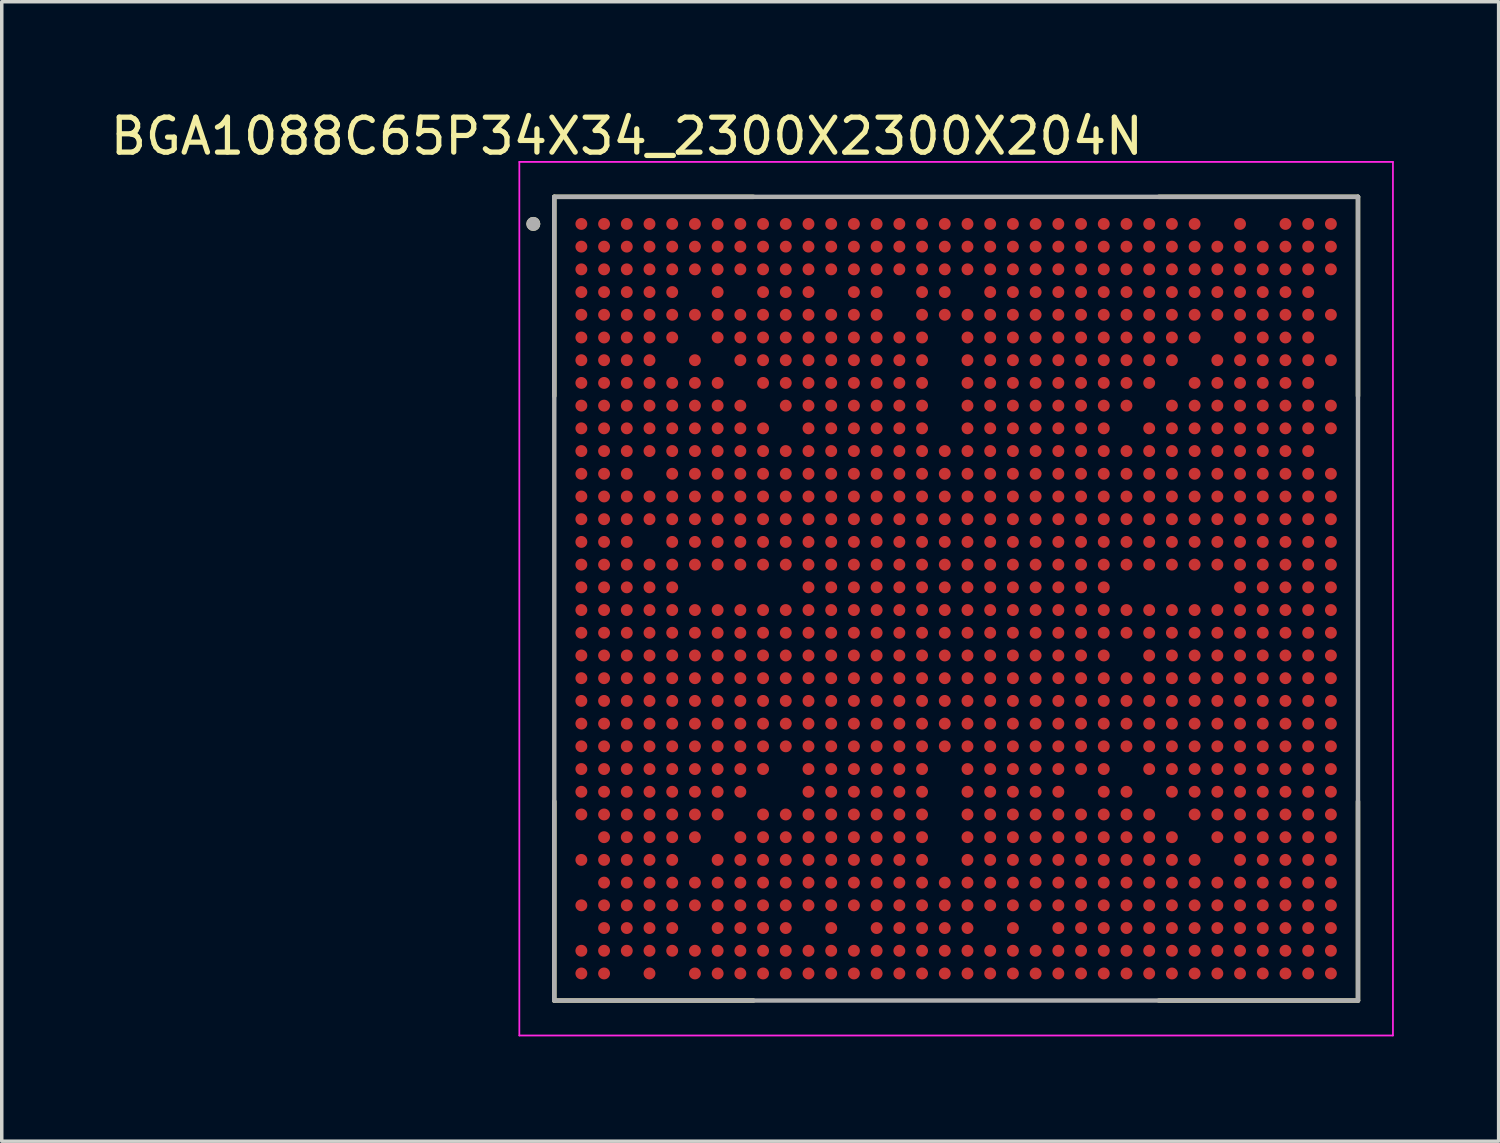
<source format=kicad_pcb>
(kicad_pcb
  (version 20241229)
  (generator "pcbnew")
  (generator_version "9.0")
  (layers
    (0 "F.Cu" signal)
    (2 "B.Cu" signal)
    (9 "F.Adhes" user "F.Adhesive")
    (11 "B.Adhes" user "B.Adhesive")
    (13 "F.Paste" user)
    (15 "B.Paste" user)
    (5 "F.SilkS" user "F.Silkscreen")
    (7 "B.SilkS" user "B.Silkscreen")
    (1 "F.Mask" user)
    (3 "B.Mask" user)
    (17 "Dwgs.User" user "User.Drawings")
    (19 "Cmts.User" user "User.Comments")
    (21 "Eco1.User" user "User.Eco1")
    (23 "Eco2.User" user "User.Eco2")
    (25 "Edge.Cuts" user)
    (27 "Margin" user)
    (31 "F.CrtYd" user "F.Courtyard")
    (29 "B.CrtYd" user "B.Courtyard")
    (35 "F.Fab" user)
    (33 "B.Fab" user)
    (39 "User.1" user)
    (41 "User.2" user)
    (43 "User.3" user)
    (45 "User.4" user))
  (footprint "BGA1088C65P34X34_2300X2300X204N"
    (layer "F.Cu")
    (at 24.312 14.083)
    (property "Reference" "BGA1088C65P34X34_2300X2300X204N" (at -9.425 -13.235 0) (layer "F.SilkS") (effects (font (size 1 1) (thickness 0.15))))
    (attr smd)
    (fp_line (start -11.5 -11.5) (end -11.5 -5.8) (stroke (width 0.127) (type solid)) (layer "F.SilkS"))
    (fp_line (start -11.5 -11.5) (end -5.8 -11.5) (stroke (width 0.127) (type solid)) (layer "F.SilkS"))
    (fp_line (start -11.5 11.5) (end -11.5 5.8) (stroke (width 0.127) (type solid)) (layer "F.SilkS"))
    (fp_line (start -11.5 11.5) (end -5.8 11.5) (stroke (width 0.127) (type solid)) (layer "F.SilkS"))
    (fp_line (start 11.5 -11.5) (end 5.8 -11.5) (stroke (width 0.127) (type solid)) (layer "F.SilkS"))
    (fp_line (start 11.5 -11.5) (end 11.5 -5.8) (stroke (width 0.127) (type solid)) (layer "F.SilkS"))
    (fp_line (start 11.5 11.5) (end 5.8 11.5) (stroke (width 0.127) (type solid)) (layer "F.SilkS"))
    (fp_line (start 11.5 11.5) (end 11.5 5.8) (stroke (width 0.127) (type solid)) (layer "F.SilkS"))
    (fp_circle (center -12.1 -10.725) (end -12 -10.725) (stroke (width 0.2) (type solid)) (fill no) (layer "F.SilkS"))
    (fp_line (start -12.5 -12.5) (end 12.5 -12.5) (stroke (width 0.05) (type solid)) (layer "F.CrtYd"))
    (fp_line (start -12.5 12.5) (end -12.5 -12.5) (stroke (width 0.05) (type solid)) (layer "F.CrtYd"))
    (fp_line (start -12.5 12.5) (end 12.5 12.5) (stroke (width 0.05) (type solid)) (layer "F.CrtYd"))
    (fp_line (start 12.5 12.5) (end 12.5 -12.5) (stroke (width 0.05) (type solid)) (layer "F.CrtYd"))
    (fp_line (start -11.5 11.5) (end -11.5 -11.5) (stroke (width 0.127) (type solid)) (layer "F.Fab"))
    (fp_line (start 11.5 -11.5) (end -11.5 -11.5) (stroke (width 0.127) (type solid)) (layer "F.Fab"))
    (fp_line (start 11.5 11.5) (end -11.5 11.5) (stroke (width 0.127) (type solid)) (layer "F.Fab"))
    (fp_line (start 11.5 11.5) (end 11.5 -11.5) (stroke (width 0.127) (type solid)) (layer "F.Fab"))
    (fp_circle (center -12.1 -10.725) (end -12 -10.725) (stroke (width 0.2) (type solid)) (fill no) (layer "F.Fab"))
    (pad "A1" smd circle (at -10.725 -10.725) (size 0.34 0.34) (layers "F.Cu" "F.Mask" "F.Paste"))
    (pad "A2" smd circle (at -10.075 -10.725) (size 0.34 0.34) (layers "F.Cu" "F.Mask" "F.Paste"))
    (pad "A3" smd circle (at -9.425 -10.725) (size 0.34 0.34) (layers "F.Cu" "F.Mask" "F.Paste"))
    (pad "A4" smd circle (at -8.775 -10.725) (size 0.34 0.34) (layers "F.Cu" "F.Mask" "F.Paste"))
    (pad "A5" smd circle (at -8.125 -10.725) (size 0.34 0.34) (layers "F.Cu" "F.Mask" "F.Paste"))
    (pad "A6" smd circle (at -7.475 -10.725) (size 0.34 0.34) (layers "F.Cu" "F.Mask" "F.Paste"))
    (pad "A7" smd circle (at -6.825 -10.725) (size 0.34 0.34) (layers "F.Cu" "F.Mask" "F.Paste"))
    (pad "A8" smd circle (at -6.175 -10.725) (size 0.34 0.34) (layers "F.Cu" "F.Mask" "F.Paste"))
    (pad "A9" smd circle (at -5.525 -10.725) (size 0.34 0.34) (layers "F.Cu" "F.Mask" "F.Paste"))
    (pad "A10" smd circle (at -4.875 -10.725) (size 0.34 0.34) (layers "F.Cu" "F.Mask" "F.Paste"))
    (pad "A11" smd circle (at -4.225 -10.725) (size 0.34 0.34) (layers "F.Cu" "F.Mask" "F.Paste"))
    (pad "A12" smd circle (at -3.575 -10.725) (size 0.34 0.34) (layers "F.Cu" "F.Mask" "F.Paste"))
    (pad "A13" smd circle (at -2.925 -10.725) (size 0.34 0.34) (layers "F.Cu" "F.Mask" "F.Paste"))
    (pad "A14" smd circle (at -2.275 -10.725) (size 0.34 0.34) (layers "F.Cu" "F.Mask" "F.Paste"))
    (pad "A15" smd circle (at -1.625 -10.725) (size 0.34 0.34) (layers "F.Cu" "F.Mask" "F.Paste"))
    (pad "A16" smd circle (at -0.975 -10.725) (size 0.34 0.34) (layers "F.Cu" "F.Mask" "F.Paste"))
    (pad "A17" smd circle (at -0.325 -10.725) (size 0.34 0.34) (layers "F.Cu" "F.Mask" "F.Paste"))
    (pad "A18" smd circle (at 0.325 -10.725) (size 0.34 0.34) (layers "F.Cu" "F.Mask" "F.Paste"))
    (pad "A19" smd circle (at 0.975 -10.725) (size 0.34 0.34) (layers "F.Cu" "F.Mask" "F.Paste"))
    (pad "A20" smd circle (at 1.625 -10.725) (size 0.34 0.34) (layers "F.Cu" "F.Mask" "F.Paste"))
    (pad "A21" smd circle (at 2.275 -10.725) (size 0.34 0.34) (layers "F.Cu" "F.Mask" "F.Paste"))
    (pad "A22" smd circle (at 2.925 -10.725) (size 0.34 0.34) (layers "F.Cu" "F.Mask" "F.Paste"))
    (pad "A23" smd circle (at 3.575 -10.725) (size 0.34 0.34) (layers "F.Cu" "F.Mask" "F.Paste"))
    (pad "A24" smd circle (at 4.225 -10.725) (size 0.34 0.34) (layers "F.Cu" "F.Mask" "F.Paste"))
    (pad "A25" smd circle (at 4.875 -10.725) (size 0.34 0.34) (layers "F.Cu" "F.Mask" "F.Paste"))
    (pad "A26" smd circle (at 5.525 -10.725) (size 0.34 0.34) (layers "F.Cu" "F.Mask" "F.Paste"))
    (pad "A27" smd circle (at 6.175 -10.725) (size 0.34 0.34) (layers "F.Cu" "F.Mask" "F.Paste"))
    (pad "A28" smd circle (at 6.825 -10.725) (size 0.34 0.34) (layers "F.Cu" "F.Mask" "F.Paste"))
    (pad "A30" smd circle (at 8.125 -10.725) (size 0.34 0.34) (layers "F.Cu" "F.Mask" "F.Paste"))
    (pad "A32" smd circle (at 9.425 -10.725) (size 0.34 0.34) (layers "F.Cu" "F.Mask" "F.Paste"))
    (pad "A33" smd circle (at 10.075 -10.725) (size 0.34 0.34) (layers "F.Cu" "F.Mask" "F.Paste"))
    (pad "A34" smd circle (at 10.725 -10.725) (size 0.34 0.34) (layers "F.Cu" "F.Mask" "F.Paste"))
    (pad "AA1" smd circle (at -10.725 2.275) (size 0.34 0.34) (layers "F.Cu" "F.Mask" "F.Paste"))
    (pad "AA2" smd circle (at -10.075 2.275) (size 0.34 0.34) (layers "F.Cu" "F.Mask" "F.Paste"))
    (pad "AA3" smd circle (at -9.425 2.275) (size 0.34 0.34) (layers "F.Cu" "F.Mask" "F.Paste"))
    (pad "AA4" smd circle (at -8.775 2.275) (size 0.34 0.34) (layers "F.Cu" "F.Mask" "F.Paste"))
    (pad "AA5" smd circle (at -8.125 2.275) (size 0.34 0.34) (layers "F.Cu" "F.Mask" "F.Paste"))
    (pad "AA6" smd circle (at -7.475 2.275) (size 0.34 0.34) (layers "F.Cu" "F.Mask" "F.Paste"))
    (pad "AA7" smd circle (at -6.825 2.275) (size 0.34 0.34) (layers "F.Cu" "F.Mask" "F.Paste"))
    (pad "AA8" smd circle (at -6.175 2.275) (size 0.34 0.34) (layers "F.Cu" "F.Mask" "F.Paste"))
    (pad "AA9" smd circle (at -5.525 2.275) (size 0.34 0.34) (layers "F.Cu" "F.Mask" "F.Paste"))
    (pad "AA10" smd circle (at -4.875 2.275) (size 0.34 0.34) (layers "F.Cu" "F.Mask" "F.Paste"))
    (pad "AA11" smd circle (at -4.225 2.275) (size 0.34 0.34) (layers "F.Cu" "F.Mask" "F.Paste"))
    (pad "AA12" smd circle (at -3.575 2.275) (size 0.34 0.34) (layers "F.Cu" "F.Mask" "F.Paste"))
    (pad "AA13" smd circle (at -2.925 2.275) (size 0.34 0.34) (layers "F.Cu" "F.Mask" "F.Paste"))
    (pad "AA14" smd circle (at -2.275 2.275) (size 0.34 0.34) (layers "F.Cu" "F.Mask" "F.Paste"))
    (pad "AA15" smd circle (at -1.625 2.275) (size 0.34 0.34) (layers "F.Cu" "F.Mask" "F.Paste"))
    (pad "AA16" smd circle (at -0.975 2.275) (size 0.34 0.34) (layers "F.Cu" "F.Mask" "F.Paste"))
    (pad "AA17" smd circle (at -0.325 2.275) (size 0.34 0.34) (layers "F.Cu" "F.Mask" "F.Paste"))
    (pad "AA18" smd circle (at 0.325 2.275) (size 0.34 0.34) (layers "F.Cu" "F.Mask" "F.Paste"))
    (pad "AA19" smd circle (at 0.975 2.275) (size 0.34 0.34) (layers "F.Cu" "F.Mask" "F.Paste"))
    (pad "AA20" smd circle (at 1.625 2.275) (size 0.34 0.34) (layers "F.Cu" "F.Mask" "F.Paste"))
    (pad "AA21" smd circle (at 2.275 2.275) (size 0.34 0.34) (layers "F.Cu" "F.Mask" "F.Paste"))
    (pad "AA22" smd circle (at 2.925 2.275) (size 0.34 0.34) (layers "F.Cu" "F.Mask" "F.Paste"))
    (pad "AA23" smd circle (at 3.575 2.275) (size 0.34 0.34) (layers "F.Cu" "F.Mask" "F.Paste"))
    (pad "AA24" smd circle (at 4.225 2.275) (size 0.34 0.34) (layers "F.Cu" "F.Mask" "F.Paste"))
    (pad "AA25" smd circle (at 4.875 2.275) (size 0.34 0.34) (layers "F.Cu" "F.Mask" "F.Paste"))
    (pad "AA26" smd circle (at 5.525 2.275) (size 0.34 0.34) (layers "F.Cu" "F.Mask" "F.Paste"))
    (pad "AA27" smd circle (at 6.175 2.275) (size 0.34 0.34) (layers "F.Cu" "F.Mask" "F.Paste"))
    (pad "AA28" smd circle (at 6.825 2.275) (size 0.34 0.34) (layers "F.Cu" "F.Mask" "F.Paste"))
    (pad "AA29" smd circle (at 7.475 2.275) (size 0.34 0.34) (layers "F.Cu" "F.Mask" "F.Paste"))
    (pad "AA30" smd circle (at 8.125 2.275) (size 0.34 0.34) (layers "F.Cu" "F.Mask" "F.Paste"))
    (pad "AA31" smd circle (at 8.775 2.275) (size 0.34 0.34) (layers "F.Cu" "F.Mask" "F.Paste"))
    (pad "AA32" smd circle (at 9.425 2.275) (size 0.34 0.34) (layers "F.Cu" "F.Mask" "F.Paste"))
    (pad "AA33" smd circle (at 10.075 2.275) (size 0.34 0.34) (layers "F.Cu" "F.Mask" "F.Paste"))
    (pad "AA34" smd circle (at 10.725 2.275) (size 0.34 0.34) (layers "F.Cu" "F.Mask" "F.Paste"))
    (pad "AB1" smd circle (at -10.725 2.925) (size 0.34 0.34) (layers "F.Cu" "F.Mask" "F.Paste"))
    (pad "AB2" smd circle (at -10.075 2.925) (size 0.34 0.34) (layers "F.Cu" "F.Mask" "F.Paste"))
    (pad "AB3" smd circle (at -9.425 2.925) (size 0.34 0.34) (layers "F.Cu" "F.Mask" "F.Paste"))
    (pad "AB4" smd circle (at -8.775 2.925) (size 0.34 0.34) (layers "F.Cu" "F.Mask" "F.Paste"))
    (pad "AB5" smd circle (at -8.125 2.925) (size 0.34 0.34) (layers "F.Cu" "F.Mask" "F.Paste"))
    (pad "AB6" smd circle (at -7.475 2.925) (size 0.34 0.34) (layers "F.Cu" "F.Mask" "F.Paste"))
    (pad "AB7" smd circle (at -6.825 2.925) (size 0.34 0.34) (layers "F.Cu" "F.Mask" "F.Paste"))
    (pad "AB8" smd circle (at -6.175 2.925) (size 0.34 0.34) (layers "F.Cu" "F.Mask" "F.Paste"))
    (pad "AB9" smd circle (at -5.525 2.925) (size 0.34 0.34) (layers "F.Cu" "F.Mask" "F.Paste"))
    (pad "AB10" smd circle (at -4.875 2.925) (size 0.34 0.34) (layers "F.Cu" "F.Mask" "F.Paste"))
    (pad "AB11" smd circle (at -4.225 2.925) (size 0.34 0.34) (layers "F.Cu" "F.Mask" "F.Paste"))
    (pad "AB12" smd circle (at -3.575 2.925) (size 0.34 0.34) (layers "F.Cu" "F.Mask" "F.Paste"))
    (pad "AB13" smd circle (at -2.925 2.925) (size 0.34 0.34) (layers "F.Cu" "F.Mask" "F.Paste"))
    (pad "AB14" smd circle (at -2.275 2.925) (size 0.34 0.34) (layers "F.Cu" "F.Mask" "F.Paste"))
    (pad "AB15" smd circle (at -1.625 2.925) (size 0.34 0.34) (layers "F.Cu" "F.Mask" "F.Paste"))
    (pad "AB16" smd circle (at -0.975 2.925) (size 0.34 0.34) (layers "F.Cu" "F.Mask" "F.Paste"))
    (pad "AB17" smd circle (at -0.325 2.925) (size 0.34 0.34) (layers "F.Cu" "F.Mask" "F.Paste"))
    (pad "AB18" smd circle (at 0.325 2.925) (size 0.34 0.34) (layers "F.Cu" "F.Mask" "F.Paste"))
    (pad "AB19" smd circle (at 0.975 2.925) (size 0.34 0.34) (layers "F.Cu" "F.Mask" "F.Paste"))
    (pad "AB20" smd circle (at 1.625 2.925) (size 0.34 0.34) (layers "F.Cu" "F.Mask" "F.Paste"))
    (pad "AB21" smd circle (at 2.275 2.925) (size 0.34 0.34) (layers "F.Cu" "F.Mask" "F.Paste"))
    (pad "AB22" smd circle (at 2.925 2.925) (size 0.34 0.34) (layers "F.Cu" "F.Mask" "F.Paste"))
    (pad "AB23" smd circle (at 3.575 2.925) (size 0.34 0.34) (layers "F.Cu" "F.Mask" "F.Paste"))
    (pad "AB24" smd circle (at 4.225 2.925) (size 0.34 0.34) (layers "F.Cu" "F.Mask" "F.Paste"))
    (pad "AB25" smd circle (at 4.875 2.925) (size 0.34 0.34) (layers "F.Cu" "F.Mask" "F.Paste"))
    (pad "AB26" smd circle (at 5.525 2.925) (size 0.34 0.34) (layers "F.Cu" "F.Mask" "F.Paste"))
    (pad "AB27" smd circle (at 6.175 2.925) (size 0.34 0.34) (layers "F.Cu" "F.Mask" "F.Paste"))
    (pad "AB28" smd circle (at 6.825 2.925) (size 0.34 0.34) (layers "F.Cu" "F.Mask" "F.Paste"))
    (pad "AB29" smd circle (at 7.475 2.925) (size 0.34 0.34) (layers "F.Cu" "F.Mask" "F.Paste"))
    (pad "AB30" smd circle (at 8.125 2.925) (size 0.34 0.34) (layers "F.Cu" "F.Mask" "F.Paste"))
    (pad "AB31" smd circle (at 8.775 2.925) (size 0.34 0.34) (layers "F.Cu" "F.Mask" "F.Paste"))
    (pad "AB32" smd circle (at 9.425 2.925) (size 0.34 0.34) (layers "F.Cu" "F.Mask" "F.Paste"))
    (pad "AB33" smd circle (at 10.075 2.925) (size 0.34 0.34) (layers "F.Cu" "F.Mask" "F.Paste"))
    (pad "AB34" smd circle (at 10.725 2.925) (size 0.34 0.34) (layers "F.Cu" "F.Mask" "F.Paste"))
    (pad "AC1" smd circle (at -10.725 3.575) (size 0.34 0.34) (layers "F.Cu" "F.Mask" "F.Paste"))
    (pad "AC2" smd circle (at -10.075 3.575) (size 0.34 0.34) (layers "F.Cu" "F.Mask" "F.Paste"))
    (pad "AC3" smd circle (at -9.425 3.575) (size 0.34 0.34) (layers "F.Cu" "F.Mask" "F.Paste"))
    (pad "AC4" smd circle (at -8.775 3.575) (size 0.34 0.34) (layers "F.Cu" "F.Mask" "F.Paste"))
    (pad "AC5" smd circle (at -8.125 3.575) (size 0.34 0.34) (layers "F.Cu" "F.Mask" "F.Paste"))
    (pad "AC6" smd circle (at -7.475 3.575) (size 0.34 0.34) (layers "F.Cu" "F.Mask" "F.Paste"))
    (pad "AC7" smd circle (at -6.825 3.575) (size 0.34 0.34) (layers "F.Cu" "F.Mask" "F.Paste"))
    (pad "AC8" smd circle (at -6.175 3.575) (size 0.34 0.34) (layers "F.Cu" "F.Mask" "F.Paste"))
    (pad "AC9" smd circle (at -5.525 3.575) (size 0.34 0.34) (layers "F.Cu" "F.Mask" "F.Paste"))
    (pad "AC10" smd circle (at -4.875 3.575) (size 0.34 0.34) (layers "F.Cu" "F.Mask" "F.Paste"))
    (pad "AC11" smd circle (at -4.225 3.575) (size 0.34 0.34) (layers "F.Cu" "F.Mask" "F.Paste"))
    (pad "AC12" smd circle (at -3.575 3.575) (size 0.34 0.34) (layers "F.Cu" "F.Mask" "F.Paste"))
    (pad "AC13" smd circle (at -2.925 3.575) (size 0.34 0.34) (layers "F.Cu" "F.Mask" "F.Paste"))
    (pad "AC14" smd circle (at -2.275 3.575) (size 0.34 0.34) (layers "F.Cu" "F.Mask" "F.Paste"))
    (pad "AC15" smd circle (at -1.625 3.575) (size 0.34 0.34) (layers "F.Cu" "F.Mask" "F.Paste"))
    (pad "AC16" smd circle (at -0.975 3.575) (size 0.34 0.34) (layers "F.Cu" "F.Mask" "F.Paste"))
    (pad "AC17" smd circle (at -0.325 3.575) (size 0.34 0.34) (layers "F.Cu" "F.Mask" "F.Paste"))
    (pad "AC18" smd circle (at 0.325 3.575) (size 0.34 0.34) (layers "F.Cu" "F.Mask" "F.Paste"))
    (pad "AC19" smd circle (at 0.975 3.575) (size 0.34 0.34) (layers "F.Cu" "F.Mask" "F.Paste"))
    (pad "AC20" smd circle (at 1.625 3.575) (size 0.34 0.34) (layers "F.Cu" "F.Mask" "F.Paste"))
    (pad "AC21" smd circle (at 2.275 3.575) (size 0.34 0.34) (layers "F.Cu" "F.Mask" "F.Paste"))
    (pad "AC22" smd circle (at 2.925 3.575) (size 0.34 0.34) (layers "F.Cu" "F.Mask" "F.Paste"))
    (pad "AC23" smd circle (at 3.575 3.575) (size 0.34 0.34) (layers "F.Cu" "F.Mask" "F.Paste"))
    (pad "AC24" smd circle (at 4.225 3.575) (size 0.34 0.34) (layers "F.Cu" "F.Mask" "F.Paste"))
    (pad "AC25" smd circle (at 4.875 3.575) (size 0.34 0.34) (layers "F.Cu" "F.Mask" "F.Paste"))
    (pad "AC26" smd circle (at 5.525 3.575) (size 0.34 0.34) (layers "F.Cu" "F.Mask" "F.Paste"))
    (pad "AC27" smd circle (at 6.175 3.575) (size 0.34 0.34) (layers "F.Cu" "F.Mask" "F.Paste"))
    (pad "AC28" smd circle (at 6.825 3.575) (size 0.34 0.34) (layers "F.Cu" "F.Mask" "F.Paste"))
    (pad "AC29" smd circle (at 7.475 3.575) (size 0.34 0.34) (layers "F.Cu" "F.Mask" "F.Paste"))
    (pad "AC30" smd circle (at 8.125 3.575) (size 0.34 0.34) (layers "F.Cu" "F.Mask" "F.Paste"))
    (pad "AC31" smd circle (at 8.775 3.575) (size 0.34 0.34) (layers "F.Cu" "F.Mask" "F.Paste"))
    (pad "AC32" smd circle (at 9.425 3.575) (size 0.34 0.34) (layers "F.Cu" "F.Mask" "F.Paste"))
    (pad "AC33" smd circle (at 10.075 3.575) (size 0.34 0.34) (layers "F.Cu" "F.Mask" "F.Paste"))
    (pad "AC34" smd circle (at 10.725 3.575) (size 0.34 0.34) (layers "F.Cu" "F.Mask" "F.Paste"))
    (pad "AD1" smd circle (at -10.725 4.225) (size 0.34 0.34) (layers "F.Cu" "F.Mask" "F.Paste"))
    (pad "AD2" smd circle (at -10.075 4.225) (size 0.34 0.34) (layers "F.Cu" "F.Mask" "F.Paste"))
    (pad "AD3" smd circle (at -9.425 4.225) (size 0.34 0.34) (layers "F.Cu" "F.Mask" "F.Paste"))
    (pad "AD4" smd circle (at -8.775 4.225) (size 0.34 0.34) (layers "F.Cu" "F.Mask" "F.Paste"))
    (pad "AD5" smd circle (at -8.125 4.225) (size 0.34 0.34) (layers "F.Cu" "F.Mask" "F.Paste"))
    (pad "AD6" smd circle (at -7.475 4.225) (size 0.34 0.34) (layers "F.Cu" "F.Mask" "F.Paste"))
    (pad "AD7" smd circle (at -6.825 4.225) (size 0.34 0.34) (layers "F.Cu" "F.Mask" "F.Paste"))
    (pad "AD8" smd circle (at -6.175 4.225) (size 0.34 0.34) (layers "F.Cu" "F.Mask" "F.Paste"))
    (pad "AD9" smd circle (at -5.525 4.225) (size 0.34 0.34) (layers "F.Cu" "F.Mask" "F.Paste"))
    (pad "AD10" smd circle (at -4.875 4.225) (size 0.34 0.34) (layers "F.Cu" "F.Mask" "F.Paste"))
    (pad "AD11" smd circle (at -4.225 4.225) (size 0.34 0.34) (layers "F.Cu" "F.Mask" "F.Paste"))
    (pad "AD12" smd circle (at -3.575 4.225) (size 0.34 0.34) (layers "F.Cu" "F.Mask" "F.Paste"))
    (pad "AD13" smd circle (at -2.925 4.225) (size 0.34 0.34) (layers "F.Cu" "F.Mask" "F.Paste"))
    (pad "AD14" smd circle (at -2.275 4.225) (size 0.34 0.34) (layers "F.Cu" "F.Mask" "F.Paste"))
    (pad "AD15" smd circle (at -1.625 4.225) (size 0.34 0.34) (layers "F.Cu" "F.Mask" "F.Paste"))
    (pad "AD16" smd circle (at -0.975 4.225) (size 0.34 0.34) (layers "F.Cu" "F.Mask" "F.Paste"))
    (pad "AD17" smd circle (at -0.325 4.225) (size 0.34 0.34) (layers "F.Cu" "F.Mask" "F.Paste"))
    (pad "AD18" smd circle (at 0.325 4.225) (size 0.34 0.34) (layers "F.Cu" "F.Mask" "F.Paste"))
    (pad "AD19" smd circle (at 0.975 4.225) (size 0.34 0.34) (layers "F.Cu" "F.Mask" "F.Paste"))
    (pad "AD20" smd circle (at 1.625 4.225) (size 0.34 0.34) (layers "F.Cu" "F.Mask" "F.Paste"))
    (pad "AD21" smd circle (at 2.275 4.225) (size 0.34 0.34) (layers "F.Cu" "F.Mask" "F.Paste"))
    (pad "AD22" smd circle (at 2.925 4.225) (size 0.34 0.34) (layers "F.Cu" "F.Mask" "F.Paste"))
    (pad "AD23" smd circle (at 3.575 4.225) (size 0.34 0.34) (layers "F.Cu" "F.Mask" "F.Paste"))
    (pad "AD24" smd circle (at 4.225 4.225) (size 0.34 0.34) (layers "F.Cu" "F.Mask" "F.Paste"))
    (pad "AD25" smd circle (at 4.875 4.225) (size 0.34 0.34) (layers "F.Cu" "F.Mask" "F.Paste"))
    (pad "AD26" smd circle (at 5.525 4.225) (size 0.34 0.34) (layers "F.Cu" "F.Mask" "F.Paste"))
    (pad "AD27" smd circle (at 6.175 4.225) (size 0.34 0.34) (layers "F.Cu" "F.Mask" "F.Paste"))
    (pad "AD28" smd circle (at 6.825 4.225) (size 0.34 0.34) (layers "F.Cu" "F.Mask" "F.Paste"))
    (pad "AD29" smd circle (at 7.475 4.225) (size 0.34 0.34) (layers "F.Cu" "F.Mask" "F.Paste"))
    (pad "AD30" smd circle (at 8.125 4.225) (size 0.34 0.34) (layers "F.Cu" "F.Mask" "F.Paste"))
    (pad "AD31" smd circle (at 8.775 4.225) (size 0.34 0.34) (layers "F.Cu" "F.Mask" "F.Paste"))
    (pad "AD32" smd circle (at 9.425 4.225) (size 0.34 0.34) (layers "F.Cu" "F.Mask" "F.Paste"))
    (pad "AD33" smd circle (at 10.075 4.225) (size 0.34 0.34) (layers "F.Cu" "F.Mask" "F.Paste"))
    (pad "AD34" smd circle (at 10.725 4.225) (size 0.34 0.34) (layers "F.Cu" "F.Mask" "F.Paste"))
    (pad "AE1" smd circle (at -10.725 4.875) (size 0.34 0.34) (layers "F.Cu" "F.Mask" "F.Paste"))
    (pad "AE2" smd circle (at -10.075 4.875) (size 0.34 0.34) (layers "F.Cu" "F.Mask" "F.Paste"))
    (pad "AE3" smd circle (at -9.425 4.875) (size 0.34 0.34) (layers "F.Cu" "F.Mask" "F.Paste"))
    (pad "AE4" smd circle (at -8.775 4.875) (size 0.34 0.34) (layers "F.Cu" "F.Mask" "F.Paste"))
    (pad "AE5" smd circle (at -8.125 4.875) (size 0.34 0.34) (layers "F.Cu" "F.Mask" "F.Paste"))
    (pad "AE6" smd circle (at -7.475 4.875) (size 0.34 0.34) (layers "F.Cu" "F.Mask" "F.Paste"))
    (pad "AE7" smd circle (at -6.825 4.875) (size 0.34 0.34) (layers "F.Cu" "F.Mask" "F.Paste"))
    (pad "AE8" smd circle (at -6.175 4.875) (size 0.34 0.34) (layers "F.Cu" "F.Mask" "F.Paste"))
    (pad "AE9" smd circle (at -5.525 4.875) (size 0.34 0.34) (layers "F.Cu" "F.Mask" "F.Paste"))
    (pad "AE11" smd circle (at -4.225 4.875) (size 0.34 0.34) (layers "F.Cu" "F.Mask" "F.Paste"))
    (pad "AE12" smd circle (at -3.575 4.875) (size 0.34 0.34) (layers "F.Cu" "F.Mask" "F.Paste"))
    (pad "AE13" smd circle (at -2.925 4.875) (size 0.34 0.34) (layers "F.Cu" "F.Mask" "F.Paste"))
    (pad "AE14" smd circle (at -2.275 4.875) (size 0.34 0.34) (layers "F.Cu" "F.Mask" "F.Paste"))
    (pad "AE15" smd circle (at -1.625 4.875) (size 0.34 0.34) (layers "F.Cu" "F.Mask" "F.Paste"))
    (pad "AE16" smd circle (at -0.975 4.875) (size 0.34 0.34) (layers "F.Cu" "F.Mask" "F.Paste"))
    (pad "AE18" smd circle (at 0.325 4.875) (size 0.34 0.34) (layers "F.Cu" "F.Mask" "F.Paste"))
    (pad "AE19" smd circle (at 0.975 4.875) (size 0.34 0.34) (layers "F.Cu" "F.Mask" "F.Paste"))
    (pad "AE20" smd circle (at 1.625 4.875) (size 0.34 0.34) (layers "F.Cu" "F.Mask" "F.Paste"))
    (pad "AE21" smd circle (at 2.275 4.875) (size 0.34 0.34) (layers "F.Cu" "F.Mask" "F.Paste"))
    (pad "AE22" smd circle (at 2.925 4.875) (size 0.34 0.34) (layers "F.Cu" "F.Mask" "F.Paste"))
    (pad "AE23" smd circle (at 3.575 4.875) (size 0.34 0.34) (layers "F.Cu" "F.Mask" "F.Paste"))
    (pad "AE24" smd circle (at 4.225 4.875) (size 0.34 0.34) (layers "F.Cu" "F.Mask" "F.Paste"))
    (pad "AE26" smd circle (at 5.525 4.875) (size 0.34 0.34) (layers "F.Cu" "F.Mask" "F.Paste"))
    (pad "AE27" smd circle (at 6.175 4.875) (size 0.34 0.34) (layers "F.Cu" "F.Mask" "F.Paste"))
    (pad "AE28" smd circle (at 6.825 4.875) (size 0.34 0.34) (layers "F.Cu" "F.Mask" "F.Paste"))
    (pad "AE29" smd circle (at 7.475 4.875) (size 0.34 0.34) (layers "F.Cu" "F.Mask" "F.Paste"))
    (pad "AE30" smd circle (at 8.125 4.875) (size 0.34 0.34) (layers "F.Cu" "F.Mask" "F.Paste"))
    (pad "AE31" smd circle (at 8.775 4.875) (size 0.34 0.34) (layers "F.Cu" "F.Mask" "F.Paste"))
    (pad "AE32" smd circle (at 9.425 4.875) (size 0.34 0.34) (layers "F.Cu" "F.Mask" "F.Paste"))
    (pad "AE33" smd circle (at 10.075 4.875) (size 0.34 0.34) (layers "F.Cu" "F.Mask" "F.Paste"))
    (pad "AE34" smd circle (at 10.725 4.875) (size 0.34 0.34) (layers "F.Cu" "F.Mask" "F.Paste"))
    (pad "AF1" smd circle (at -10.725 5.525) (size 0.34 0.34) (layers "F.Cu" "F.Mask" "F.Paste"))
    (pad "AF2" smd circle (at -10.075 5.525) (size 0.34 0.34) (layers "F.Cu" "F.Mask" "F.Paste"))
    (pad "AF3" smd circle (at -9.425 5.525) (size 0.34 0.34) (layers "F.Cu" "F.Mask" "F.Paste"))
    (pad "AF4" smd circle (at -8.775 5.525) (size 0.34 0.34) (layers "F.Cu" "F.Mask" "F.Paste"))
    (pad "AF5" smd circle (at -8.125 5.525) (size 0.34 0.34) (layers "F.Cu" "F.Mask" "F.Paste"))
    (pad "AF6" smd circle (at -7.475 5.525) (size 0.34 0.34) (layers "F.Cu" "F.Mask" "F.Paste"))
    (pad "AF7" smd circle (at -6.825 5.525) (size 0.34 0.34) (layers "F.Cu" "F.Mask" "F.Paste"))
    (pad "AF8" smd circle (at -6.175 5.525) (size 0.34 0.34) (layers "F.Cu" "F.Mask" "F.Paste"))
    (pad "AF11" smd circle (at -4.225 5.525) (size 0.34 0.34) (layers "F.Cu" "F.Mask" "F.Paste"))
    (pad "AF12" smd circle (at -3.575 5.525) (size 0.34 0.34) (layers "F.Cu" "F.Mask" "F.Paste"))
    (pad "AF13" smd circle (at -2.925 5.525) (size 0.34 0.34) (layers "F.Cu" "F.Mask" "F.Paste"))
    (pad "AF14" smd circle (at -2.275 5.525) (size 0.34 0.34) (layers "F.Cu" "F.Mask" "F.Paste"))
    (pad "AF15" smd circle (at -1.625 5.525) (size 0.34 0.34) (layers "F.Cu" "F.Mask" "F.Paste"))
    (pad "AF16" smd circle (at -0.975 5.525) (size 0.34 0.34) (layers "F.Cu" "F.Mask" "F.Paste"))
    (pad "AF18" smd circle (at 0.325 5.525) (size 0.34 0.34) (layers "F.Cu" "F.Mask" "F.Paste"))
    (pad "AF19" smd circle (at 0.975 5.525) (size 0.34 0.34) (layers "F.Cu" "F.Mask" "F.Paste"))
    (pad "AF20" smd circle (at 1.625 5.525) (size 0.34 0.34) (layers "F.Cu" "F.Mask" "F.Paste"))
    (pad "AF21" smd circle (at 2.275 5.525) (size 0.34 0.34) (layers "F.Cu" "F.Mask" "F.Paste"))
    (pad "AF22" smd circle (at 2.925 5.525) (size 0.34 0.34) (layers "F.Cu" "F.Mask" "F.Paste"))
    (pad "AF24" smd circle (at 4.225 5.525) (size 0.34 0.34) (layers "F.Cu" "F.Mask" "F.Paste"))
    (pad "AF25" smd circle (at 4.875 5.525) (size 0.34 0.34) (layers "F.Cu" "F.Mask" "F.Paste"))
    (pad "AF27" smd circle (at 6.175 5.525) (size 0.34 0.34) (layers "F.Cu" "F.Mask" "F.Paste"))
    (pad "AF28" smd circle (at 6.825 5.525) (size 0.34 0.34) (layers "F.Cu" "F.Mask" "F.Paste"))
    (pad "AF29" smd circle (at 7.475 5.525) (size 0.34 0.34) (layers "F.Cu" "F.Mask" "F.Paste"))
    (pad "AF30" smd circle (at 8.125 5.525) (size 0.34 0.34) (layers "F.Cu" "F.Mask" "F.Paste"))
    (pad "AF31" smd circle (at 8.775 5.525) (size 0.34 0.34) (layers "F.Cu" "F.Mask" "F.Paste"))
    (pad "AF32" smd circle (at 9.425 5.525) (size 0.34 0.34) (layers "F.Cu" "F.Mask" "F.Paste"))
    (pad "AF33" smd circle (at 10.075 5.525) (size 0.34 0.34) (layers "F.Cu" "F.Mask" "F.Paste"))
    (pad "AF34" smd circle (at 10.725 5.525) (size 0.34 0.34) (layers "F.Cu" "F.Mask" "F.Paste"))
    (pad "AG1" smd circle (at -10.725 6.175) (size 0.34 0.34) (layers "F.Cu" "F.Mask" "F.Paste"))
    (pad "AG2" smd circle (at -10.075 6.175) (size 0.34 0.34) (layers "F.Cu" "F.Mask" "F.Paste"))
    (pad "AG3" smd circle (at -9.425 6.175) (size 0.34 0.34) (layers "F.Cu" "F.Mask" "F.Paste"))
    (pad "AG4" smd circle (at -8.775 6.175) (size 0.34 0.34) (layers "F.Cu" "F.Mask" "F.Paste"))
    (pad "AG5" smd circle (at -8.125 6.175) (size 0.34 0.34) (layers "F.Cu" "F.Mask" "F.Paste"))
    (pad "AG6" smd circle (at -7.475 6.175) (size 0.34 0.34) (layers "F.Cu" "F.Mask" "F.Paste"))
    (pad "AG7" smd circle (at -6.825 6.175) (size 0.34 0.34) (layers "F.Cu" "F.Mask" "F.Paste"))
    (pad "AG9" smd circle (at -5.525 6.175) (size 0.34 0.34) (layers "F.Cu" "F.Mask" "F.Paste"))
    (pad "AG10" smd circle (at -4.875 6.175) (size 0.34 0.34) (layers "F.Cu" "F.Mask" "F.Paste"))
    (pad "AG11" smd circle (at -4.225 6.175) (size 0.34 0.34) (layers "F.Cu" "F.Mask" "F.Paste"))
    (pad "AG12" smd circle (at -3.575 6.175) (size 0.34 0.34) (layers "F.Cu" "F.Mask" "F.Paste"))
    (pad "AG13" smd circle (at -2.925 6.175) (size 0.34 0.34) (layers "F.Cu" "F.Mask" "F.Paste"))
    (pad "AG14" smd circle (at -2.275 6.175) (size 0.34 0.34) (layers "F.Cu" "F.Mask" "F.Paste"))
    (pad "AG15" smd circle (at -1.625 6.175) (size 0.34 0.34) (layers "F.Cu" "F.Mask" "F.Paste"))
    (pad "AG16" smd circle (at -0.975 6.175) (size 0.34 0.34) (layers "F.Cu" "F.Mask" "F.Paste"))
    (pad "AG18" smd circle (at 0.325 6.175) (size 0.34 0.34) (layers "F.Cu" "F.Mask" "F.Paste"))
    (pad "AG19" smd circle (at 0.975 6.175) (size 0.34 0.34) (layers "F.Cu" "F.Mask" "F.Paste"))
    (pad "AG20" smd circle (at 1.625 6.175) (size 0.34 0.34) (layers "F.Cu" "F.Mask" "F.Paste"))
    (pad "AG21" smd circle (at 2.275 6.175) (size 0.34 0.34) (layers "F.Cu" "F.Mask" "F.Paste"))
    (pad "AG22" smd circle (at 2.925 6.175) (size 0.34 0.34) (layers "F.Cu" "F.Mask" "F.Paste"))
    (pad "AG23" smd circle (at 3.575 6.175) (size 0.34 0.34) (layers "F.Cu" "F.Mask" "F.Paste"))
    (pad "AG24" smd circle (at 4.225 6.175) (size 0.34 0.34) (layers "F.Cu" "F.Mask" "F.Paste"))
    (pad "AG25" smd circle (at 4.875 6.175) (size 0.34 0.34) (layers "F.Cu" "F.Mask" "F.Paste"))
    (pad "AG26" smd circle (at 5.525 6.175) (size 0.34 0.34) (layers "F.Cu" "F.Mask" "F.Paste"))
    (pad "AG28" smd circle (at 6.825 6.175) (size 0.34 0.34) (layers "F.Cu" "F.Mask" "F.Paste"))
    (pad "AG29" smd circle (at 7.475 6.175) (size 0.34 0.34) (layers "F.Cu" "F.Mask" "F.Paste"))
    (pad "AG30" smd circle (at 8.125 6.175) (size 0.34 0.34) (layers "F.Cu" "F.Mask" "F.Paste"))
    (pad "AG31" smd circle (at 8.775 6.175) (size 0.34 0.34) (layers "F.Cu" "F.Mask" "F.Paste"))
    (pad "AG32" smd circle (at 9.425 6.175) (size 0.34 0.34) (layers "F.Cu" "F.Mask" "F.Paste"))
    (pad "AG33" smd circle (at 10.075 6.175) (size 0.34 0.34) (layers "F.Cu" "F.Mask" "F.Paste"))
    (pad "AG34" smd circle (at 10.725 6.175) (size 0.34 0.34) (layers "F.Cu" "F.Mask" "F.Paste"))
    (pad "AH2" smd circle (at -10.075 6.825) (size 0.34 0.34) (layers "F.Cu" "F.Mask" "F.Paste"))
    (pad "AH3" smd circle (at -9.425 6.825) (size 0.34 0.34) (layers "F.Cu" "F.Mask" "F.Paste"))
    (pad "AH4" smd circle (at -8.775 6.825) (size 0.34 0.34) (layers "F.Cu" "F.Mask" "F.Paste"))
    (pad "AH5" smd circle (at -8.125 6.825) (size 0.34 0.34) (layers "F.Cu" "F.Mask" "F.Paste"))
    (pad "AH6" smd circle (at -7.475 6.825) (size 0.34 0.34) (layers "F.Cu" "F.Mask" "F.Paste"))
    (pad "AH8" smd circle (at -6.175 6.825) (size 0.34 0.34) (layers "F.Cu" "F.Mask" "F.Paste"))
    (pad "AH9" smd circle (at -5.525 6.825) (size 0.34 0.34) (layers "F.Cu" "F.Mask" "F.Paste"))
    (pad "AH10" smd circle (at -4.875 6.825) (size 0.34 0.34) (layers "F.Cu" "F.Mask" "F.Paste"))
    (pad "AH11" smd circle (at -4.225 6.825) (size 0.34 0.34) (layers "F.Cu" "F.Mask" "F.Paste"))
    (pad "AH12" smd circle (at -3.575 6.825) (size 0.34 0.34) (layers "F.Cu" "F.Mask" "F.Paste"))
    (pad "AH13" smd circle (at -2.925 6.825) (size 0.34 0.34) (layers "F.Cu" "F.Mask" "F.Paste"))
    (pad "AH14" smd circle (at -2.275 6.825) (size 0.34 0.34) (layers "F.Cu" "F.Mask" "F.Paste"))
    (pad "AH15" smd circle (at -1.625 6.825) (size 0.34 0.34) (layers "F.Cu" "F.Mask" "F.Paste"))
    (pad "AH16" smd circle (at -0.975 6.825) (size 0.34 0.34) (layers "F.Cu" "F.Mask" "F.Paste"))
    (pad "AH18" smd circle (at 0.325 6.825) (size 0.34 0.34) (layers "F.Cu" "F.Mask" "F.Paste"))
    (pad "AH19" smd circle (at 0.975 6.825) (size 0.34 0.34) (layers "F.Cu" "F.Mask" "F.Paste"))
    (pad "AH20" smd circle (at 1.625 6.825) (size 0.34 0.34) (layers "F.Cu" "F.Mask" "F.Paste"))
    (pad "AH21" smd circle (at 2.275 6.825) (size 0.34 0.34) (layers "F.Cu" "F.Mask" "F.Paste"))
    (pad "AH22" smd circle (at 2.925 6.825) (size 0.34 0.34) (layers "F.Cu" "F.Mask" "F.Paste"))
    (pad "AH23" smd circle (at 3.575 6.825) (size 0.34 0.34) (layers "F.Cu" "F.Mask" "F.Paste"))
    (pad "AH24" smd circle (at 4.225 6.825) (size 0.34 0.34) (layers "F.Cu" "F.Mask" "F.Paste"))
    (pad "AH25" smd circle (at 4.875 6.825) (size 0.34 0.34) (layers "F.Cu" "F.Mask" "F.Paste"))
    (pad "AH26" smd circle (at 5.525 6.825) (size 0.34 0.34) (layers "F.Cu" "F.Mask" "F.Paste"))
    (pad "AH27" smd circle (at 6.175 6.825) (size 0.34 0.34) (layers "F.Cu" "F.Mask" "F.Paste"))
    (pad "AH29" smd circle (at 7.475 6.825) (size 0.34 0.34) (layers "F.Cu" "F.Mask" "F.Paste"))
    (pad "AH30" smd circle (at 8.125 6.825) (size 0.34 0.34) (layers "F.Cu" "F.Mask" "F.Paste"))
    (pad "AH31" smd circle (at 8.775 6.825) (size 0.34 0.34) (layers "F.Cu" "F.Mask" "F.Paste"))
    (pad "AH32" smd circle (at 9.425 6.825) (size 0.34 0.34) (layers "F.Cu" "F.Mask" "F.Paste"))
    (pad "AH33" smd circle (at 10.075 6.825) (size 0.34 0.34) (layers "F.Cu" "F.Mask" "F.Paste"))
    (pad "AH34" smd circle (at 10.725 6.825) (size 0.34 0.34) (layers "F.Cu" "F.Mask" "F.Paste"))
    (pad "AJ1" smd circle (at -10.725 7.475) (size 0.34 0.34) (layers "F.Cu" "F.Mask" "F.Paste"))
    (pad "AJ2" smd circle (at -10.075 7.475) (size 0.34 0.34) (layers "F.Cu" "F.Mask" "F.Paste"))
    (pad "AJ3" smd circle (at -9.425 7.475) (size 0.34 0.34) (layers "F.Cu" "F.Mask" "F.Paste"))
    (pad "AJ4" smd circle (at -8.775 7.475) (size 0.34 0.34) (layers "F.Cu" "F.Mask" "F.Paste"))
    (pad "AJ5" smd circle (at -8.125 7.475) (size 0.34 0.34) (layers "F.Cu" "F.Mask" "F.Paste"))
    (pad "AJ7" smd circle (at -6.825 7.475) (size 0.34 0.34) (layers "F.Cu" "F.Mask" "F.Paste"))
    (pad "AJ8" smd circle (at -6.175 7.475) (size 0.34 0.34) (layers "F.Cu" "F.Mask" "F.Paste"))
    (pad "AJ9" smd circle (at -5.525 7.475) (size 0.34 0.34) (layers "F.Cu" "F.Mask" "F.Paste"))
    (pad "AJ10" smd circle (at -4.875 7.475) (size 0.34 0.34) (layers "F.Cu" "F.Mask" "F.Paste"))
    (pad "AJ11" smd circle (at -4.225 7.475) (size 0.34 0.34) (layers "F.Cu" "F.Mask" "F.Paste"))
    (pad "AJ12" smd circle (at -3.575 7.475) (size 0.34 0.34) (layers "F.Cu" "F.Mask" "F.Paste"))
    (pad "AJ13" smd circle (at -2.925 7.475) (size 0.34 0.34) (layers "F.Cu" "F.Mask" "F.Paste"))
    (pad "AJ14" smd circle (at -2.275 7.475) (size 0.34 0.34) (layers "F.Cu" "F.Mask" "F.Paste"))
    (pad "AJ15" smd circle (at -1.625 7.475) (size 0.34 0.34) (layers "F.Cu" "F.Mask" "F.Paste"))
    (pad "AJ16" smd circle (at -0.975 7.475) (size 0.34 0.34) (layers "F.Cu" "F.Mask" "F.Paste"))
    (pad "AJ18" smd circle (at 0.325 7.475) (size 0.34 0.34) (layers "F.Cu" "F.Mask" "F.Paste"))
    (pad "AJ19" smd circle (at 0.975 7.475) (size 0.34 0.34) (layers "F.Cu" "F.Mask" "F.Paste"))
    (pad "AJ20" smd circle (at 1.625 7.475) (size 0.34 0.34) (layers "F.Cu" "F.Mask" "F.Paste"))
    (pad "AJ21" smd circle (at 2.275 7.475) (size 0.34 0.34) (layers "F.Cu" "F.Mask" "F.Paste"))
    (pad "AJ22" smd circle (at 2.925 7.475) (size 0.34 0.34) (layers "F.Cu" "F.Mask" "F.Paste"))
    (pad "AJ23" smd circle (at 3.575 7.475) (size 0.34 0.34) (layers "F.Cu" "F.Mask" "F.Paste"))
    (pad "AJ24" smd circle (at 4.225 7.475) (size 0.34 0.34) (layers "F.Cu" "F.Mask" "F.Paste"))
    (pad "AJ25" smd circle (at 4.875 7.475) (size 0.34 0.34) (layers "F.Cu" "F.Mask" "F.Paste"))
    (pad "AJ26" smd circle (at 5.525 7.475) (size 0.34 0.34) (layers "F.Cu" "F.Mask" "F.Paste"))
    (pad "AJ27" smd circle (at 6.175 7.475) (size 0.34 0.34) (layers "F.Cu" "F.Mask" "F.Paste"))
    (pad "AJ28" smd circle (at 6.825 7.475) (size 0.34 0.34) (layers "F.Cu" "F.Mask" "F.Paste"))
    (pad "AJ30" smd circle (at 8.125 7.475) (size 0.34 0.34) (layers "F.Cu" "F.Mask" "F.Paste"))
    (pad "AJ31" smd circle (at 8.775 7.475) (size 0.34 0.34) (layers "F.Cu" "F.Mask" "F.Paste"))
    (pad "AJ32" smd circle (at 9.425 7.475) (size 0.34 0.34) (layers "F.Cu" "F.Mask" "F.Paste"))
    (pad "AJ33" smd circle (at 10.075 7.475) (size 0.34 0.34) (layers "F.Cu" "F.Mask" "F.Paste"))
    (pad "AJ34" smd circle (at 10.725 7.475) (size 0.34 0.34) (layers "F.Cu" "F.Mask" "F.Paste"))
    (pad "AK2" smd circle (at -10.075 8.125) (size 0.34 0.34) (layers "F.Cu" "F.Mask" "F.Paste"))
    (pad "AK3" smd circle (at -9.425 8.125) (size 0.34 0.34) (layers "F.Cu" "F.Mask" "F.Paste"))
    (pad "AK4" smd circle (at -8.775 8.125) (size 0.34 0.34) (layers "F.Cu" "F.Mask" "F.Paste"))
    (pad "AK5" smd circle (at -8.125 8.125) (size 0.34 0.34) (layers "F.Cu" "F.Mask" "F.Paste"))
    (pad "AK6" smd circle (at -7.475 8.125) (size 0.34 0.34) (layers "F.Cu" "F.Mask" "F.Paste"))
    (pad "AK7" smd circle (at -6.825 8.125) (size 0.34 0.34) (layers "F.Cu" "F.Mask" "F.Paste"))
    (pad "AK8" smd circle (at -6.175 8.125) (size 0.34 0.34) (layers "F.Cu" "F.Mask" "F.Paste"))
    (pad "AK9" smd circle (at -5.525 8.125) (size 0.34 0.34) (layers "F.Cu" "F.Mask" "F.Paste"))
    (pad "AK10" smd circle (at -4.875 8.125) (size 0.34 0.34) (layers "F.Cu" "F.Mask" "F.Paste"))
    (pad "AK11" smd circle (at -4.225 8.125) (size 0.34 0.34) (layers "F.Cu" "F.Mask" "F.Paste"))
    (pad "AK12" smd circle (at -3.575 8.125) (size 0.34 0.34) (layers "F.Cu" "F.Mask" "F.Paste"))
    (pad "AK13" smd circle (at -2.925 8.125) (size 0.34 0.34) (layers "F.Cu" "F.Mask" "F.Paste"))
    (pad "AK14" smd circle (at -2.275 8.125) (size 0.34 0.34) (layers "F.Cu" "F.Mask" "F.Paste"))
    (pad "AK15" smd circle (at -1.625 8.125) (size 0.34 0.34) (layers "F.Cu" "F.Mask" "F.Paste"))
    (pad "AK16" smd circle (at -0.975 8.125) (size 0.34 0.34) (layers "F.Cu" "F.Mask" "F.Paste"))
    (pad "AK17" smd circle (at -0.325 8.125) (size 0.34 0.34) (layers "F.Cu" "F.Mask" "F.Paste"))
    (pad "AK18" smd circle (at 0.325 8.125) (size 0.34 0.34) (layers "F.Cu" "F.Mask" "F.Paste"))
    (pad "AK19" smd circle (at 0.975 8.125) (size 0.34 0.34) (layers "F.Cu" "F.Mask" "F.Paste"))
    (pad "AK20" smd circle (at 1.625 8.125) (size 0.34 0.34) (layers "F.Cu" "F.Mask" "F.Paste"))
    (pad "AK21" smd circle (at 2.275 8.125) (size 0.34 0.34) (layers "F.Cu" "F.Mask" "F.Paste"))
    (pad "AK22" smd circle (at 2.925 8.125) (size 0.34 0.34) (layers "F.Cu" "F.Mask" "F.Paste"))
    (pad "AK23" smd circle (at 3.575 8.125) (size 0.34 0.34) (layers "F.Cu" "F.Mask" "F.Paste"))
    (pad "AK24" smd circle (at 4.225 8.125) (size 0.34 0.34) (layers "F.Cu" "F.Mask" "F.Paste"))
    (pad "AK25" smd circle (at 4.875 8.125) (size 0.34 0.34) (layers "F.Cu" "F.Mask" "F.Paste"))
    (pad "AK26" smd circle (at 5.525 8.125) (size 0.34 0.34) (layers "F.Cu" "F.Mask" "F.Paste"))
    (pad "AK27" smd circle (at 6.175 8.125) (size 0.34 0.34) (layers "F.Cu" "F.Mask" "F.Paste"))
    (pad "AK28" smd circle (at 6.825 8.125) (size 0.34 0.34) (layers "F.Cu" "F.Mask" "F.Paste"))
    (pad "AK29" smd circle (at 7.475 8.125) (size 0.34 0.34) (layers "F.Cu" "F.Mask" "F.Paste"))
    (pad "AK30" smd circle (at 8.125 8.125) (size 0.34 0.34) (layers "F.Cu" "F.Mask" "F.Paste"))
    (pad "AK31" smd circle (at 8.775 8.125) (size 0.34 0.34) (layers "F.Cu" "F.Mask" "F.Paste"))
    (pad "AK32" smd circle (at 9.425 8.125) (size 0.34 0.34) (layers "F.Cu" "F.Mask" "F.Paste"))
    (pad "AK33" smd circle (at 10.075 8.125) (size 0.34 0.34) (layers "F.Cu" "F.Mask" "F.Paste"))
    (pad "AK34" smd circle (at 10.725 8.125) (size 0.34 0.34) (layers "F.Cu" "F.Mask" "F.Paste"))
    (pad "AL1" smd circle (at -10.725 8.775) (size 0.34 0.34) (layers "F.Cu" "F.Mask" "F.Paste"))
    (pad "AL2" smd circle (at -10.075 8.775) (size 0.34 0.34) (layers "F.Cu" "F.Mask" "F.Paste"))
    (pad "AL3" smd circle (at -9.425 8.775) (size 0.34 0.34) (layers "F.Cu" "F.Mask" "F.Paste"))
    (pad "AL4" smd circle (at -8.775 8.775) (size 0.34 0.34) (layers "F.Cu" "F.Mask" "F.Paste"))
    (pad "AL5" smd circle (at -8.125 8.775) (size 0.34 0.34) (layers "F.Cu" "F.Mask" "F.Paste"))
    (pad "AL6" smd circle (at -7.475 8.775) (size 0.34 0.34) (layers "F.Cu" "F.Mask" "F.Paste"))
    (pad "AL7" smd circle (at -6.825 8.775) (size 0.34 0.34) (layers "F.Cu" "F.Mask" "F.Paste"))
    (pad "AL8" smd circle (at -6.175 8.775) (size 0.34 0.34) (layers "F.Cu" "F.Mask" "F.Paste"))
    (pad "AL9" smd circle (at -5.525 8.775) (size 0.34 0.34) (layers "F.Cu" "F.Mask" "F.Paste"))
    (pad "AL10" smd circle (at -4.875 8.775) (size 0.34 0.34) (layers "F.Cu" "F.Mask" "F.Paste"))
    (pad "AL11" smd circle (at -4.225 8.775) (size 0.34 0.34) (layers "F.Cu" "F.Mask" "F.Paste"))
    (pad "AL12" smd circle (at -3.575 8.775) (size 0.34 0.34) (layers "F.Cu" "F.Mask" "F.Paste"))
    (pad "AL13" smd circle (at -2.925 8.775) (size 0.34 0.34) (layers "F.Cu" "F.Mask" "F.Paste"))
    (pad "AL14" smd circle (at -2.275 8.775) (size 0.34 0.34) (layers "F.Cu" "F.Mask" "F.Paste"))
    (pad "AL15" smd circle (at -1.625 8.775) (size 0.34 0.34) (layers "F.Cu" "F.Mask" "F.Paste"))
    (pad "AL16" smd circle (at -0.975 8.775) (size 0.34 0.34) (layers "F.Cu" "F.Mask" "F.Paste"))
    (pad "AL17" smd circle (at -0.325 8.775) (size 0.34 0.34) (layers "F.Cu" "F.Mask" "F.Paste"))
    (pad "AL18" smd circle (at 0.325 8.775) (size 0.34 0.34) (layers "F.Cu" "F.Mask" "F.Paste"))
    (pad "AL19" smd circle (at 0.975 8.775) (size 0.34 0.34) (layers "F.Cu" "F.Mask" "F.Paste"))
    (pad "AL20" smd circle (at 1.625 8.775) (size 0.34 0.34) (layers "F.Cu" "F.Mask" "F.Paste"))
    (pad "AL21" smd circle (at 2.275 8.775) (size 0.34 0.34) (layers "F.Cu" "F.Mask" "F.Paste"))
    (pad "AL22" smd circle (at 2.925 8.775) (size 0.34 0.34) (layers "F.Cu" "F.Mask" "F.Paste"))
    (pad "AL23" smd circle (at 3.575 8.775) (size 0.34 0.34) (layers "F.Cu" "F.Mask" "F.Paste"))
    (pad "AL24" smd circle (at 4.225 8.775) (size 0.34 0.34) (layers "F.Cu" "F.Mask" "F.Paste"))
    (pad "AL25" smd circle (at 4.875 8.775) (size 0.34 0.34) (layers "F.Cu" "F.Mask" "F.Paste"))
    (pad "AL26" smd circle (at 5.525 8.775) (size 0.34 0.34) (layers "F.Cu" "F.Mask" "F.Paste"))
    (pad "AL27" smd circle (at 6.175 8.775) (size 0.34 0.34) (layers "F.Cu" "F.Mask" "F.Paste"))
    (pad "AL28" smd circle (at 6.825 8.775) (size 0.34 0.34) (layers "F.Cu" "F.Mask" "F.Paste"))
    (pad "AL29" smd circle (at 7.475 8.775) (size 0.34 0.34) (layers "F.Cu" "F.Mask" "F.Paste"))
    (pad "AL30" smd circle (at 8.125 8.775) (size 0.34 0.34) (layers "F.Cu" "F.Mask" "F.Paste"))
    (pad "AL31" smd circle (at 8.775 8.775) (size 0.34 0.34) (layers "F.Cu" "F.Mask" "F.Paste"))
    (pad "AL32" smd circle (at 9.425 8.775) (size 0.34 0.34) (layers "F.Cu" "F.Mask" "F.Paste"))
    (pad "AL33" smd circle (at 10.075 8.775) (size 0.34 0.34) (layers "F.Cu" "F.Mask" "F.Paste"))
    (pad "AL34" smd circle (at 10.725 8.775) (size 0.34 0.34) (layers "F.Cu" "F.Mask" "F.Paste"))
    (pad "AM2" smd circle (at -10.075 9.425) (size 0.34 0.34) (layers "F.Cu" "F.Mask" "F.Paste"))
    (pad "AM3" smd circle (at -9.425 9.425) (size 0.34 0.34) (layers "F.Cu" "F.Mask" "F.Paste"))
    (pad "AM4" smd circle (at -8.775 9.425) (size 0.34 0.34) (layers "F.Cu" "F.Mask" "F.Paste"))
    (pad "AM5" smd circle (at -8.125 9.425) (size 0.34 0.34) (layers "F.Cu" "F.Mask" "F.Paste"))
    (pad "AM7" smd circle (at -6.825 9.425) (size 0.34 0.34) (layers "F.Cu" "F.Mask" "F.Paste"))
    (pad "AM8" smd circle (at -6.175 9.425) (size 0.34 0.34) (layers "F.Cu" "F.Mask" "F.Paste"))
    (pad "AM9" smd circle (at -5.525 9.425) (size 0.34 0.34) (layers "F.Cu" "F.Mask" "F.Paste"))
    (pad "AM10" smd circle (at -4.875 9.425) (size 0.34 0.34) (layers "F.Cu" "F.Mask" "F.Paste"))
    (pad "AM12" smd circle (at -3.575 9.425) (size 0.34 0.34) (layers "F.Cu" "F.Mask" "F.Paste"))
    (pad "AM14" smd circle (at -2.275 9.425) (size 0.34 0.34) (layers "F.Cu" "F.Mask" "F.Paste"))
    (pad "AM15" smd circle (at -1.625 9.425) (size 0.34 0.34) (layers "F.Cu" "F.Mask" "F.Paste"))
    (pad "AM16" smd circle (at -0.975 9.425) (size 0.34 0.34) (layers "F.Cu" "F.Mask" "F.Paste"))
    (pad "AM17" smd circle (at -0.325 9.425) (size 0.34 0.34) (layers "F.Cu" "F.Mask" "F.Paste"))
    (pad "AM18" smd circle (at 0.325 9.425) (size 0.34 0.34) (layers "F.Cu" "F.Mask" "F.Paste"))
    (pad "AM20" smd circle (at 1.625 9.425) (size 0.34 0.34) (layers "F.Cu" "F.Mask" "F.Paste"))
    (pad "AM22" smd circle (at 2.925 9.425) (size 0.34 0.34) (layers "F.Cu" "F.Mask" "F.Paste"))
    (pad "AM23" smd circle (at 3.575 9.425) (size 0.34 0.34) (layers "F.Cu" "F.Mask" "F.Paste"))
    (pad "AM24" smd circle (at 4.225 9.425) (size 0.34 0.34) (layers "F.Cu" "F.Mask" "F.Paste"))
    (pad "AM25" smd circle (at 4.875 9.425) (size 0.34 0.34) (layers "F.Cu" "F.Mask" "F.Paste"))
    (pad "AM26" smd circle (at 5.525 9.425) (size 0.34 0.34) (layers "F.Cu" "F.Mask" "F.Paste"))
    (pad "AM27" smd circle (at 6.175 9.425) (size 0.34 0.34) (layers "F.Cu" "F.Mask" "F.Paste"))
    (pad "AM28" smd circle (at 6.825 9.425) (size 0.34 0.34) (layers "F.Cu" "F.Mask" "F.Paste"))
    (pad "AM29" smd circle (at 7.475 9.425) (size 0.34 0.34) (layers "F.Cu" "F.Mask" "F.Paste"))
    (pad "AM30" smd circle (at 8.125 9.425) (size 0.34 0.34) (layers "F.Cu" "F.Mask" "F.Paste"))
    (pad "AM31" smd circle (at 8.775 9.425) (size 0.34 0.34) (layers "F.Cu" "F.Mask" "F.Paste"))
    (pad "AM32" smd circle (at 9.425 9.425) (size 0.34 0.34) (layers "F.Cu" "F.Mask" "F.Paste"))
    (pad "AM33" smd circle (at 10.075 9.425) (size 0.34 0.34) (layers "F.Cu" "F.Mask" "F.Paste"))
    (pad "AM34" smd circle (at 10.725 9.425) (size 0.34 0.34) (layers "F.Cu" "F.Mask" "F.Paste"))
    (pad "AN1" smd circle (at -10.725 10.075) (size 0.34 0.34) (layers "F.Cu" "F.Mask" "F.Paste"))
    (pad "AN2" smd circle (at -10.075 10.075) (size 0.34 0.34) (layers "F.Cu" "F.Mask" "F.Paste"))
    (pad "AN3" smd circle (at -9.425 10.075) (size 0.34 0.34) (layers "F.Cu" "F.Mask" "F.Paste"))
    (pad "AN4" smd circle (at -8.775 10.075) (size 0.34 0.34) (layers "F.Cu" "F.Mask" "F.Paste"))
    (pad "AN5" smd circle (at -8.125 10.075) (size 0.34 0.34) (layers "F.Cu" "F.Mask" "F.Paste"))
    (pad "AN6" smd circle (at -7.475 10.075) (size 0.34 0.34) (layers "F.Cu" "F.Mask" "F.Paste"))
    (pad "AN7" smd circle (at -6.825 10.075) (size 0.34 0.34) (layers "F.Cu" "F.Mask" "F.Paste"))
    (pad "AN8" smd circle (at -6.175 10.075) (size 0.34 0.34) (layers "F.Cu" "F.Mask" "F.Paste"))
    (pad "AN9" smd circle (at -5.525 10.075) (size 0.34 0.34) (layers "F.Cu" "F.Mask" "F.Paste"))
    (pad "AN10" smd circle (at -4.875 10.075) (size 0.34 0.34) (layers "F.Cu" "F.Mask" "F.Paste"))
    (pad "AN11" smd circle (at -4.225 10.075) (size 0.34 0.34) (layers "F.Cu" "F.Mask" "F.Paste"))
    (pad "AN12" smd circle (at -3.575 10.075) (size 0.34 0.34) (layers "F.Cu" "F.Mask" "F.Paste"))
    (pad "AN13" smd circle (at -2.925 10.075) (size 0.34 0.34) (layers "F.Cu" "F.Mask" "F.Paste"))
    (pad "AN14" smd circle (at -2.275 10.075) (size 0.34 0.34) (layers "F.Cu" "F.Mask" "F.Paste"))
    (pad "AN15" smd circle (at -1.625 10.075) (size 0.34 0.34) (layers "F.Cu" "F.Mask" "F.Paste"))
    (pad "AN16" smd circle (at -0.975 10.075) (size 0.34 0.34) (layers "F.Cu" "F.Mask" "F.Paste"))
    (pad "AN17" smd circle (at -0.325 10.075) (size 0.34 0.34) (layers "F.Cu" "F.Mask" "F.Paste"))
    (pad "AN18" smd circle (at 0.325 10.075) (size 0.34 0.34) (layers "F.Cu" "F.Mask" "F.Paste"))
    (pad "AN19" smd circle (at 0.975 10.075) (size 0.34 0.34) (layers "F.Cu" "F.Mask" "F.Paste"))
    (pad "AN20" smd circle (at 1.625 10.075) (size 0.34 0.34) (layers "F.Cu" "F.Mask" "F.Paste"))
    (pad "AN21" smd circle (at 2.275 10.075) (size 0.34 0.34) (layers "F.Cu" "F.Mask" "F.Paste"))
    (pad "AN22" smd circle (at 2.925 10.075) (size 0.34 0.34) (layers "F.Cu" "F.Mask" "F.Paste"))
    (pad "AN23" smd circle (at 3.575 10.075) (size 0.34 0.34) (layers "F.Cu" "F.Mask" "F.Paste"))
    (pad "AN24" smd circle (at 4.225 10.075) (size 0.34 0.34) (layers "F.Cu" "F.Mask" "F.Paste"))
    (pad "AN25" smd circle (at 4.875 10.075) (size 0.34 0.34) (layers "F.Cu" "F.Mask" "F.Paste"))
    (pad "AN26" smd circle (at 5.525 10.075) (size 0.34 0.34) (layers "F.Cu" "F.Mask" "F.Paste"))
    (pad "AN27" smd circle (at 6.175 10.075) (size 0.34 0.34) (layers "F.Cu" "F.Mask" "F.Paste"))
    (pad "AN28" smd circle (at 6.825 10.075) (size 0.34 0.34) (layers "F.Cu" "F.Mask" "F.Paste"))
    (pad "AN29" smd circle (at 7.475 10.075) (size 0.34 0.34) (layers "F.Cu" "F.Mask" "F.Paste"))
    (pad "AN30" smd circle (at 8.125 10.075) (size 0.34 0.34) (layers "F.Cu" "F.Mask" "F.Paste"))
    (pad "AN31" smd circle (at 8.775 10.075) (size 0.34 0.34) (layers "F.Cu" "F.Mask" "F.Paste"))
    (pad "AN32" smd circle (at 9.425 10.075) (size 0.34 0.34) (layers "F.Cu" "F.Mask" "F.Paste"))
    (pad "AN33" smd circle (at 10.075 10.075) (size 0.34 0.34) (layers "F.Cu" "F.Mask" "F.Paste"))
    (pad "AN34" smd circle (at 10.725 10.075) (size 0.34 0.34) (layers "F.Cu" "F.Mask" "F.Paste"))
    (pad "AP1" smd circle (at -10.725 10.725) (size 0.34 0.34) (layers "F.Cu" "F.Mask" "F.Paste"))
    (pad "AP2" smd circle (at -10.075 10.725) (size 0.34 0.34) (layers "F.Cu" "F.Mask" "F.Paste"))
    (pad "AP4" smd circle (at -8.775 10.725) (size 0.34 0.34) (layers "F.Cu" "F.Mask" "F.Paste"))
    (pad "AP6" smd circle (at -7.475 10.725) (size 0.34 0.34) (layers "F.Cu" "F.Mask" "F.Paste"))
    (pad "AP7" smd circle (at -6.825 10.725) (size 0.34 0.34) (layers "F.Cu" "F.Mask" "F.Paste"))
    (pad "AP8" smd circle (at -6.175 10.725) (size 0.34 0.34) (layers "F.Cu" "F.Mask" "F.Paste"))
    (pad "AP9" smd circle (at -5.525 10.725) (size 0.34 0.34) (layers "F.Cu" "F.Mask" "F.Paste"))
    (pad "AP10" smd circle (at -4.875 10.725) (size 0.34 0.34) (layers "F.Cu" "F.Mask" "F.Paste"))
    (pad "AP11" smd circle (at -4.225 10.725) (size 0.34 0.34) (layers "F.Cu" "F.Mask" "F.Paste"))
    (pad "AP12" smd circle (at -3.575 10.725) (size 0.34 0.34) (layers "F.Cu" "F.Mask" "F.Paste"))
    (pad "AP13" smd circle (at -2.925 10.725) (size 0.34 0.34) (layers "F.Cu" "F.Mask" "F.Paste"))
    (pad "AP14" smd circle (at -2.275 10.725) (size 0.34 0.34) (layers "F.Cu" "F.Mask" "F.Paste"))
    (pad "AP15" smd circle (at -1.625 10.725) (size 0.34 0.34) (layers "F.Cu" "F.Mask" "F.Paste"))
    (pad "AP16" smd circle (at -0.975 10.725) (size 0.34 0.34) (layers "F.Cu" "F.Mask" "F.Paste"))
    (pad "AP17" smd circle (at -0.325 10.725) (size 0.34 0.34) (layers "F.Cu" "F.Mask" "F.Paste"))
    (pad "AP18" smd circle (at 0.325 10.725) (size 0.34 0.34) (layers "F.Cu" "F.Mask" "F.Paste"))
    (pad "AP19" smd circle (at 0.975 10.725) (size 0.34 0.34) (layers "F.Cu" "F.Mask" "F.Paste"))
    (pad "AP20" smd circle (at 1.625 10.725) (size 0.34 0.34) (layers "F.Cu" "F.Mask" "F.Paste"))
    (pad "AP21" smd circle (at 2.275 10.725) (size 0.34 0.34) (layers "F.Cu" "F.Mask" "F.Paste"))
    (pad "AP22" smd circle (at 2.925 10.725) (size 0.34 0.34) (layers "F.Cu" "F.Mask" "F.Paste"))
    (pad "AP23" smd circle (at 3.575 10.725) (size 0.34 0.34) (layers "F.Cu" "F.Mask" "F.Paste"))
    (pad "AP24" smd circle (at 4.225 10.725) (size 0.34 0.34) (layers "F.Cu" "F.Mask" "F.Paste"))
    (pad "AP25" smd circle (at 4.875 10.725) (size 0.34 0.34) (layers "F.Cu" "F.Mask" "F.Paste"))
    (pad "AP26" smd circle (at 5.525 10.725) (size 0.34 0.34) (layers "F.Cu" "F.Mask" "F.Paste"))
    (pad "AP27" smd circle (at 6.175 10.725) (size 0.34 0.34) (layers "F.Cu" "F.Mask" "F.Paste"))
    (pad "AP28" smd circle (at 6.825 10.725) (size 0.34 0.34) (layers "F.Cu" "F.Mask" "F.Paste"))
    (pad "AP29" smd circle (at 7.475 10.725) (size 0.34 0.34) (layers "F.Cu" "F.Mask" "F.Paste"))
    (pad "AP30" smd circle (at 8.125 10.725) (size 0.34 0.34) (layers "F.Cu" "F.Mask" "F.Paste"))
    (pad "AP31" smd circle (at 8.775 10.725) (size 0.34 0.34) (layers "F.Cu" "F.Mask" "F.Paste"))
    (pad "AP32" smd circle (at 9.425 10.725) (size 0.34 0.34) (layers "F.Cu" "F.Mask" "F.Paste"))
    (pad "AP33" smd circle (at 10.075 10.725) (size 0.34 0.34) (layers "F.Cu" "F.Mask" "F.Paste"))
    (pad "AP34" smd circle (at 10.725 10.725) (size 0.34 0.34) (layers "F.Cu" "F.Mask" "F.Paste"))
    (pad "B1" smd circle (at -10.725 -10.075) (size 0.34 0.34) (layers "F.Cu" "F.Mask" "F.Paste"))
    (pad "B2" smd circle (at -10.075 -10.075) (size 0.34 0.34) (layers "F.Cu" "F.Mask" "F.Paste"))
    (pad "B3" smd circle (at -9.425 -10.075) (size 0.34 0.34) (layers "F.Cu" "F.Mask" "F.Paste"))
    (pad "B4" smd circle (at -8.775 -10.075) (size 0.34 0.34) (layers "F.Cu" "F.Mask" "F.Paste"))
    (pad "B5" smd circle (at -8.125 -10.075) (size 0.34 0.34) (layers "F.Cu" "F.Mask" "F.Paste"))
    (pad "B6" smd circle (at -7.475 -10.075) (size 0.34 0.34) (layers "F.Cu" "F.Mask" "F.Paste"))
    (pad "B7" smd circle (at -6.825 -10.075) (size 0.34 0.34) (layers "F.Cu" "F.Mask" "F.Paste"))
    (pad "B8" smd circle (at -6.175 -10.075) (size 0.34 0.34) (layers "F.Cu" "F.Mask" "F.Paste"))
    (pad "B9" smd circle (at -5.525 -10.075) (size 0.34 0.34) (layers "F.Cu" "F.Mask" "F.Paste"))
    (pad "B10" smd circle (at -4.875 -10.075) (size 0.34 0.34) (layers "F.Cu" "F.Mask" "F.Paste"))
    (pad "B11" smd circle (at -4.225 -10.075) (size 0.34 0.34) (layers "F.Cu" "F.Mask" "F.Paste"))
    (pad "B12" smd circle (at -3.575 -10.075) (size 0.34 0.34) (layers "F.Cu" "F.Mask" "F.Paste"))
    (pad "B13" smd circle (at -2.925 -10.075) (size 0.34 0.34) (layers "F.Cu" "F.Mask" "F.Paste"))
    (pad "B14" smd circle (at -2.275 -10.075) (size 0.34 0.34) (layers "F.Cu" "F.Mask" "F.Paste"))
    (pad "B15" smd circle (at -1.625 -10.075) (size 0.34 0.34) (layers "F.Cu" "F.Mask" "F.Paste"))
    (pad "B16" smd circle (at -0.975 -10.075) (size 0.34 0.34) (layers "F.Cu" "F.Mask" "F.Paste"))
    (pad "B17" smd circle (at -0.325 -10.075) (size 0.34 0.34) (layers "F.Cu" "F.Mask" "F.Paste"))
    (pad "B18" smd circle (at 0.325 -10.075) (size 0.34 0.34) (layers "F.Cu" "F.Mask" "F.Paste"))
    (pad "B19" smd circle (at 0.975 -10.075) (size 0.34 0.34) (layers "F.Cu" "F.Mask" "F.Paste"))
    (pad "B20" smd circle (at 1.625 -10.075) (size 0.34 0.34) (layers "F.Cu" "F.Mask" "F.Paste"))
    (pad "B21" smd circle (at 2.275 -10.075) (size 0.34 0.34) (layers "F.Cu" "F.Mask" "F.Paste"))
    (pad "B22" smd circle (at 2.925 -10.075) (size 0.34 0.34) (layers "F.Cu" "F.Mask" "F.Paste"))
    (pad "B23" smd circle (at 3.575 -10.075) (size 0.34 0.34) (layers "F.Cu" "F.Mask" "F.Paste"))
    (pad "B24" smd circle (at 4.225 -10.075) (size 0.34 0.34) (layers "F.Cu" "F.Mask" "F.Paste"))
    (pad "B25" smd circle (at 4.875 -10.075) (size 0.34 0.34) (layers "F.Cu" "F.Mask" "F.Paste"))
    (pad "B26" smd circle (at 5.525 -10.075) (size 0.34 0.34) (layers "F.Cu" "F.Mask" "F.Paste"))
    (pad "B27" smd circle (at 6.175 -10.075) (size 0.34 0.34) (layers "F.Cu" "F.Mask" "F.Paste"))
    (pad "B28" smd circle (at 6.825 -10.075) (size 0.34 0.34) (layers "F.Cu" "F.Mask" "F.Paste"))
    (pad "B29" smd circle (at 7.475 -10.075) (size 0.34 0.34) (layers "F.Cu" "F.Mask" "F.Paste"))
    (pad "B30" smd circle (at 8.125 -10.075) (size 0.34 0.34) (layers "F.Cu" "F.Mask" "F.Paste"))
    (pad "B31" smd circle (at 8.775 -10.075) (size 0.34 0.34) (layers "F.Cu" "F.Mask" "F.Paste"))
    (pad "B32" smd circle (at 9.425 -10.075) (size 0.34 0.34) (layers "F.Cu" "F.Mask" "F.Paste"))
    (pad "B33" smd circle (at 10.075 -10.075) (size 0.34 0.34) (layers "F.Cu" "F.Mask" "F.Paste"))
    (pad "B34" smd circle (at 10.725 -10.075) (size 0.34 0.34) (layers "F.Cu" "F.Mask" "F.Paste"))
    (pad "C1" smd circle (at -10.725 -9.425) (size 0.34 0.34) (layers "F.Cu" "F.Mask" "F.Paste"))
    (pad "C2" smd circle (at -10.075 -9.425) (size 0.34 0.34) (layers "F.Cu" "F.Mask" "F.Paste"))
    (pad "C3" smd circle (at -9.425 -9.425) (size 0.34 0.34) (layers "F.Cu" "F.Mask" "F.Paste"))
    (pad "C4" smd circle (at -8.775 -9.425) (size 0.34 0.34) (layers "F.Cu" "F.Mask" "F.Paste"))
    (pad "C5" smd circle (at -8.125 -9.425) (size 0.34 0.34) (layers "F.Cu" "F.Mask" "F.Paste"))
    (pad "C6" smd circle (at -7.475 -9.425) (size 0.34 0.34) (layers "F.Cu" "F.Mask" "F.Paste"))
    (pad "C7" smd circle (at -6.825 -9.425) (size 0.34 0.34) (layers "F.Cu" "F.Mask" "F.Paste"))
    (pad "C8" smd circle (at -6.175 -9.425) (size 0.34 0.34) (layers "F.Cu" "F.Mask" "F.Paste"))
    (pad "C9" smd circle (at -5.525 -9.425) (size 0.34 0.34) (layers "F.Cu" "F.Mask" "F.Paste"))
    (pad "C10" smd circle (at -4.875 -9.425) (size 0.34 0.34) (layers "F.Cu" "F.Mask" "F.Paste"))
    (pad "C11" smd circle (at -4.225 -9.425) (size 0.34 0.34) (layers "F.Cu" "F.Mask" "F.Paste"))
    (pad "C12" smd circle (at -3.575 -9.425) (size 0.34 0.34) (layers "F.Cu" "F.Mask" "F.Paste"))
    (pad "C13" smd circle (at -2.925 -9.425) (size 0.34 0.34) (layers "F.Cu" "F.Mask" "F.Paste"))
    (pad "C14" smd circle (at -2.275 -9.425) (size 0.34 0.34) (layers "F.Cu" "F.Mask" "F.Paste"))
    (pad "C15" smd circle (at -1.625 -9.425) (size 0.34 0.34) (layers "F.Cu" "F.Mask" "F.Paste"))
    (pad "C16" smd circle (at -0.975 -9.425) (size 0.34 0.34) (layers "F.Cu" "F.Mask" "F.Paste"))
    (pad "C17" smd circle (at -0.325 -9.425) (size 0.34 0.34) (layers "F.Cu" "F.Mask" "F.Paste"))
    (pad "C18" smd circle (at 0.325 -9.425) (size 0.34 0.34) (layers "F.Cu" "F.Mask" "F.Paste"))
    (pad "C19" smd circle (at 0.975 -9.425) (size 0.34 0.34) (layers "F.Cu" "F.Mask" "F.Paste"))
    (pad "C20" smd circle (at 1.625 -9.425) (size 0.34 0.34) (layers "F.Cu" "F.Mask" "F.Paste"))
    (pad "C21" smd circle (at 2.275 -9.425) (size 0.34 0.34) (layers "F.Cu" "F.Mask" "F.Paste"))
    (pad "C22" smd circle (at 2.925 -9.425) (size 0.34 0.34) (layers "F.Cu" "F.Mask" "F.Paste"))
    (pad "C23" smd circle (at 3.575 -9.425) (size 0.34 0.34) (layers "F.Cu" "F.Mask" "F.Paste"))
    (pad "C24" smd circle (at 4.225 -9.425) (size 0.34 0.34) (layers "F.Cu" "F.Mask" "F.Paste"))
    (pad "C25" smd circle (at 4.875 -9.425) (size 0.34 0.34) (layers "F.Cu" "F.Mask" "F.Paste"))
    (pad "C26" smd circle (at 5.525 -9.425) (size 0.34 0.34) (layers "F.Cu" "F.Mask" "F.Paste"))
    (pad "C27" smd circle (at 6.175 -9.425) (size 0.34 0.34) (layers "F.Cu" "F.Mask" "F.Paste"))
    (pad "C28" smd circle (at 6.825 -9.425) (size 0.34 0.34) (layers "F.Cu" "F.Mask" "F.Paste"))
    (pad "C29" smd circle (at 7.475 -9.425) (size 0.34 0.34) (layers "F.Cu" "F.Mask" "F.Paste"))
    (pad "C30" smd circle (at 8.125 -9.425) (size 0.34 0.34) (layers "F.Cu" "F.Mask" "F.Paste"))
    (pad "C31" smd circle (at 8.775 -9.425) (size 0.34 0.34) (layers "F.Cu" "F.Mask" "F.Paste"))
    (pad "C32" smd circle (at 9.425 -9.425) (size 0.34 0.34) (layers "F.Cu" "F.Mask" "F.Paste"))
    (pad "C33" smd circle (at 10.075 -9.425) (size 0.34 0.34) (layers "F.Cu" "F.Mask" "F.Paste"))
    (pad "C34" smd circle (at 10.725 -9.425) (size 0.34 0.34) (layers "F.Cu" "F.Mask" "F.Paste"))
    (pad "D1" smd circle (at -10.725 -8.775) (size 0.34 0.34) (layers "F.Cu" "F.Mask" "F.Paste"))
    (pad "D2" smd circle (at -10.075 -8.775) (size 0.34 0.34) (layers "F.Cu" "F.Mask" "F.Paste"))
    (pad "D3" smd circle (at -9.425 -8.775) (size 0.34 0.34) (layers "F.Cu" "F.Mask" "F.Paste"))
    (pad "D4" smd circle (at -8.775 -8.775) (size 0.34 0.34) (layers "F.Cu" "F.Mask" "F.Paste"))
    (pad "D5" smd circle (at -8.125 -8.775) (size 0.34 0.34) (layers "F.Cu" "F.Mask" "F.Paste"))
    (pad "D7" smd circle (at -6.825 -8.775) (size 0.34 0.34) (layers "F.Cu" "F.Mask" "F.Paste"))
    (pad "D9" smd circle (at -5.525 -8.775) (size 0.34 0.34) (layers "F.Cu" "F.Mask" "F.Paste"))
    (pad "D10" smd circle (at -4.875 -8.775) (size 0.34 0.34) (layers "F.Cu" "F.Mask" "F.Paste"))
    (pad "D11" smd circle (at -4.225 -8.775) (size 0.34 0.34) (layers "F.Cu" "F.Mask" "F.Paste"))
    (pad "D13" smd circle (at -2.925 -8.775) (size 0.34 0.34) (layers "F.Cu" "F.Mask" "F.Paste"))
    (pad "D14" smd circle (at -2.275 -8.775) (size 0.34 0.34) (layers "F.Cu" "F.Mask" "F.Paste"))
    (pad "D16" smd circle (at -0.975 -8.775) (size 0.34 0.34) (layers "F.Cu" "F.Mask" "F.Paste"))
    (pad "D17" smd circle (at -0.325 -8.775) (size 0.34 0.34) (layers "F.Cu" "F.Mask" "F.Paste"))
    (pad "D19" smd circle (at 0.975 -8.775) (size 0.34 0.34) (layers "F.Cu" "F.Mask" "F.Paste"))
    (pad "D20" smd circle (at 1.625 -8.775) (size 0.34 0.34) (layers "F.Cu" "F.Mask" "F.Paste"))
    (pad "D21" smd circle (at 2.275 -8.775) (size 0.34 0.34) (layers "F.Cu" "F.Mask" "F.Paste"))
    (pad "D22" smd circle (at 2.925 -8.775) (size 0.34 0.34) (layers "F.Cu" "F.Mask" "F.Paste"))
    (pad "D23" smd circle (at 3.575 -8.775) (size 0.34 0.34) (layers "F.Cu" "F.Mask" "F.Paste"))
    (pad "D24" smd circle (at 4.225 -8.775) (size 0.34 0.34) (layers "F.Cu" "F.Mask" "F.Paste"))
    (pad "D25" smd circle (at 4.875 -8.775) (size 0.34 0.34) (layers "F.Cu" "F.Mask" "F.Paste"))
    (pad "D26" smd circle (at 5.525 -8.775) (size 0.34 0.34) (layers "F.Cu" "F.Mask" "F.Paste"))
    (pad "D27" smd circle (at 6.175 -8.775) (size 0.34 0.34) (layers "F.Cu" "F.Mask" "F.Paste"))
    (pad "D28" smd circle (at 6.825 -8.775) (size 0.34 0.34) (layers "F.Cu" "F.Mask" "F.Paste"))
    (pad "D29" smd circle (at 7.475 -8.775) (size 0.34 0.34) (layers "F.Cu" "F.Mask" "F.Paste"))
    (pad "D30" smd circle (at 8.125 -8.775) (size 0.34 0.34) (layers "F.Cu" "F.Mask" "F.Paste"))
    (pad "D31" smd circle (at 8.775 -8.775) (size 0.34 0.34) (layers "F.Cu" "F.Mask" "F.Paste"))
    (pad "D32" smd circle (at 9.425 -8.775) (size 0.34 0.34) (layers "F.Cu" "F.Mask" "F.Paste"))
    (pad "D33" smd circle (at 10.075 -8.775) (size 0.34 0.34) (layers "F.Cu" "F.Mask" "F.Paste"))
    (pad "E1" smd circle (at -10.725 -8.125) (size 0.34 0.34) (layers "F.Cu" "F.Mask" "F.Paste"))
    (pad "E2" smd circle (at -10.075 -8.125) (size 0.34 0.34) (layers "F.Cu" "F.Mask" "F.Paste"))
    (pad "E3" smd circle (at -9.425 -8.125) (size 0.34 0.34) (layers "F.Cu" "F.Mask" "F.Paste"))
    (pad "E4" smd circle (at -8.775 -8.125) (size 0.34 0.34) (layers "F.Cu" "F.Mask" "F.Paste"))
    (pad "E5" smd circle (at -8.125 -8.125) (size 0.34 0.34) (layers "F.Cu" "F.Mask" "F.Paste"))
    (pad "E6" smd circle (at -7.475 -8.125) (size 0.34 0.34) (layers "F.Cu" "F.Mask" "F.Paste"))
    (pad "E7" smd circle (at -6.825 -8.125) (size 0.34 0.34) (layers "F.Cu" "F.Mask" "F.Paste"))
    (pad "E8" smd circle (at -6.175 -8.125) (size 0.34 0.34) (layers "F.Cu" "F.Mask" "F.Paste"))
    (pad "E9" smd circle (at -5.525 -8.125) (size 0.34 0.34) (layers "F.Cu" "F.Mask" "F.Paste"))
    (pad "E10" smd circle (at -4.875 -8.125) (size 0.34 0.34) (layers "F.Cu" "F.Mask" "F.Paste"))
    (pad "E11" smd circle (at -4.225 -8.125) (size 0.34 0.34) (layers "F.Cu" "F.Mask" "F.Paste"))
    (pad "E12" smd circle (at -3.575 -8.125) (size 0.34 0.34) (layers "F.Cu" "F.Mask" "F.Paste"))
    (pad "E13" smd circle (at -2.925 -8.125) (size 0.34 0.34) (layers "F.Cu" "F.Mask" "F.Paste"))
    (pad "E14" smd circle (at -2.275 -8.125) (size 0.34 0.34) (layers "F.Cu" "F.Mask" "F.Paste"))
    (pad "E16" smd circle (at -0.975 -8.125) (size 0.34 0.34) (layers "F.Cu" "F.Mask" "F.Paste"))
    (pad "E17" smd circle (at -0.325 -8.125) (size 0.34 0.34) (layers "F.Cu" "F.Mask" "F.Paste"))
    (pad "E18" smd circle (at 0.325 -8.125) (size 0.34 0.34) (layers "F.Cu" "F.Mask" "F.Paste"))
    (pad "E19" smd circle (at 0.975 -8.125) (size 0.34 0.34) (layers "F.Cu" "F.Mask" "F.Paste"))
    (pad "E20" smd circle (at 1.625 -8.125) (size 0.34 0.34) (layers "F.Cu" "F.Mask" "F.Paste"))
    (pad "E21" smd circle (at 2.275 -8.125) (size 0.34 0.34) (layers "F.Cu" "F.Mask" "F.Paste"))
    (pad "E22" smd circle (at 2.925 -8.125) (size 0.34 0.34) (layers "F.Cu" "F.Mask" "F.Paste"))
    (pad "E23" smd circle (at 3.575 -8.125) (size 0.34 0.34) (layers "F.Cu" "F.Mask" "F.Paste"))
    (pad "E24" smd circle (at 4.225 -8.125) (size 0.34 0.34) (layers "F.Cu" "F.Mask" "F.Paste"))
    (pad "E25" smd circle (at 4.875 -8.125) (size 0.34 0.34) (layers "F.Cu" "F.Mask" "F.Paste"))
    (pad "E26" smd circle (at 5.525 -8.125) (size 0.34 0.34) (layers "F.Cu" "F.Mask" "F.Paste"))
    (pad "E27" smd circle (at 6.175 -8.125) (size 0.34 0.34) (layers "F.Cu" "F.Mask" "F.Paste"))
    (pad "E28" smd circle (at 6.825 -8.125) (size 0.34 0.34) (layers "F.Cu" "F.Mask" "F.Paste"))
    (pad "E29" smd circle (at 7.475 -8.125) (size 0.34 0.34) (layers "F.Cu" "F.Mask" "F.Paste"))
    (pad "E30" smd circle (at 8.125 -8.125) (size 0.34 0.34) (layers "F.Cu" "F.Mask" "F.Paste"))
    (pad "E31" smd circle (at 8.775 -8.125) (size 0.34 0.34) (layers "F.Cu" "F.Mask" "F.Paste"))
    (pad "E32" smd circle (at 9.425 -8.125) (size 0.34 0.34) (layers "F.Cu" "F.Mask" "F.Paste"))
    (pad "E33" smd circle (at 10.075 -8.125) (size 0.34 0.34) (layers "F.Cu" "F.Mask" "F.Paste"))
    (pad "E34" smd circle (at 10.725 -8.125) (size 0.34 0.34) (layers "F.Cu" "F.Mask" "F.Paste"))
    (pad "F1" smd circle (at -10.725 -7.475) (size 0.34 0.34) (layers "F.Cu" "F.Mask" "F.Paste"))
    (pad "F2" smd circle (at -10.075 -7.475) (size 0.34 0.34) (layers "F.Cu" "F.Mask" "F.Paste"))
    (pad "F3" smd circle (at -9.425 -7.475) (size 0.34 0.34) (layers "F.Cu" "F.Mask" "F.Paste"))
    (pad "F4" smd circle (at -8.775 -7.475) (size 0.34 0.34) (layers "F.Cu" "F.Mask" "F.Paste"))
    (pad "F5" smd circle (at -8.125 -7.475) (size 0.34 0.34) (layers "F.Cu" "F.Mask" "F.Paste"))
    (pad "F7" smd circle (at -6.825 -7.475) (size 0.34 0.34) (layers "F.Cu" "F.Mask" "F.Paste"))
    (pad "F8" smd circle (at -6.175 -7.475) (size 0.34 0.34) (layers "F.Cu" "F.Mask" "F.Paste"))
    (pad "F9" smd circle (at -5.525 -7.475) (size 0.34 0.34) (layers "F.Cu" "F.Mask" "F.Paste"))
    (pad "F10" smd circle (at -4.875 -7.475) (size 0.34 0.34) (layers "F.Cu" "F.Mask" "F.Paste"))
    (pad "F11" smd circle (at -4.225 -7.475) (size 0.34 0.34) (layers "F.Cu" "F.Mask" "F.Paste"))
    (pad "F12" smd circle (at -3.575 -7.475) (size 0.34 0.34) (layers "F.Cu" "F.Mask" "F.Paste"))
    (pad "F13" smd circle (at -2.925 -7.475) (size 0.34 0.34) (layers "F.Cu" "F.Mask" "F.Paste"))
    (pad "F14" smd circle (at -2.275 -7.475) (size 0.34 0.34) (layers "F.Cu" "F.Mask" "F.Paste"))
    (pad "F15" smd circle (at -1.625 -7.475) (size 0.34 0.34) (layers "F.Cu" "F.Mask" "F.Paste"))
    (pad "F16" smd circle (at -0.975 -7.475) (size 0.34 0.34) (layers "F.Cu" "F.Mask" "F.Paste"))
    (pad "F18" smd circle (at 0.325 -7.475) (size 0.34 0.34) (layers "F.Cu" "F.Mask" "F.Paste"))
    (pad "F19" smd circle (at 0.975 -7.475) (size 0.34 0.34) (layers "F.Cu" "F.Mask" "F.Paste"))
    (pad "F20" smd circle (at 1.625 -7.475) (size 0.34 0.34) (layers "F.Cu" "F.Mask" "F.Paste"))
    (pad "F21" smd circle (at 2.275 -7.475) (size 0.34 0.34) (layers "F.Cu" "F.Mask" "F.Paste"))
    (pad "F22" smd circle (at 2.925 -7.475) (size 0.34 0.34) (layers "F.Cu" "F.Mask" "F.Paste"))
    (pad "F23" smd circle (at 3.575 -7.475) (size 0.34 0.34) (layers "F.Cu" "F.Mask" "F.Paste"))
    (pad "F24" smd circle (at 4.225 -7.475) (size 0.34 0.34) (layers "F.Cu" "F.Mask" "F.Paste"))
    (pad "F25" smd circle (at 4.875 -7.475) (size 0.34 0.34) (layers "F.Cu" "F.Mask" "F.Paste"))
    (pad "F26" smd circle (at 5.525 -7.475) (size 0.34 0.34) (layers "F.Cu" "F.Mask" "F.Paste"))
    (pad "F27" smd circle (at 6.175 -7.475) (size 0.34 0.34) (layers "F.Cu" "F.Mask" "F.Paste"))
    (pad "F28" smd circle (at 6.825 -7.475) (size 0.34 0.34) (layers "F.Cu" "F.Mask" "F.Paste"))
    (pad "F30" smd circle (at 8.125 -7.475) (size 0.34 0.34) (layers "F.Cu" "F.Mask" "F.Paste"))
    (pad "F31" smd circle (at 8.775 -7.475) (size 0.34 0.34) (layers "F.Cu" "F.Mask" "F.Paste"))
    (pad "F32" smd circle (at 9.425 -7.475) (size 0.34 0.34) (layers "F.Cu" "F.Mask" "F.Paste"))
    (pad "F33" smd circle (at 10.075 -7.475) (size 0.34 0.34) (layers "F.Cu" "F.Mask" "F.Paste"))
    (pad "G1" smd circle (at -10.725 -6.825) (size 0.34 0.34) (layers "F.Cu" "F.Mask" "F.Paste"))
    (pad "G2" smd circle (at -10.075 -6.825) (size 0.34 0.34) (layers "F.Cu" "F.Mask" "F.Paste"))
    (pad "G3" smd circle (at -9.425 -6.825) (size 0.34 0.34) (layers "F.Cu" "F.Mask" "F.Paste"))
    (pad "G4" smd circle (at -8.775 -6.825) (size 0.34 0.34) (layers "F.Cu" "F.Mask" "F.Paste"))
    (pad "G6" smd circle (at -7.475 -6.825) (size 0.34 0.34) (layers "F.Cu" "F.Mask" "F.Paste"))
    (pad "G8" smd circle (at -6.175 -6.825) (size 0.34 0.34) (layers "F.Cu" "F.Mask" "F.Paste"))
    (pad "G9" smd circle (at -5.525 -6.825) (size 0.34 0.34) (layers "F.Cu" "F.Mask" "F.Paste"))
    (pad "G10" smd circle (at -4.875 -6.825) (size 0.34 0.34) (layers "F.Cu" "F.Mask" "F.Paste"))
    (pad "G11" smd circle (at -4.225 -6.825) (size 0.34 0.34) (layers "F.Cu" "F.Mask" "F.Paste"))
    (pad "G12" smd circle (at -3.575 -6.825) (size 0.34 0.34) (layers "F.Cu" "F.Mask" "F.Paste"))
    (pad "G13" smd circle (at -2.925 -6.825) (size 0.34 0.34) (layers "F.Cu" "F.Mask" "F.Paste"))
    (pad "G14" smd circle (at -2.275 -6.825) (size 0.34 0.34) (layers "F.Cu" "F.Mask" "F.Paste"))
    (pad "G15" smd circle (at -1.625 -6.825) (size 0.34 0.34) (layers "F.Cu" "F.Mask" "F.Paste"))
    (pad "G16" smd circle (at -0.975 -6.825) (size 0.34 0.34) (layers "F.Cu" "F.Mask" "F.Paste"))
    (pad "G18" smd circle (at 0.325 -6.825) (size 0.34 0.34) (layers "F.Cu" "F.Mask" "F.Paste"))
    (pad "G19" smd circle (at 0.975 -6.825) (size 0.34 0.34) (layers "F.Cu" "F.Mask" "F.Paste"))
    (pad "G20" smd circle (at 1.625 -6.825) (size 0.34 0.34) (layers "F.Cu" "F.Mask" "F.Paste"))
    (pad "G21" smd circle (at 2.275 -6.825) (size 0.34 0.34) (layers "F.Cu" "F.Mask" "F.Paste"))
    (pad "G22" smd circle (at 2.925 -6.825) (size 0.34 0.34) (layers "F.Cu" "F.Mask" "F.Paste"))
    (pad "G23" smd circle (at 3.575 -6.825) (size 0.34 0.34) (layers "F.Cu" "F.Mask" "F.Paste"))
    (pad "G24" smd circle (at 4.225 -6.825) (size 0.34 0.34) (layers "F.Cu" "F.Mask" "F.Paste"))
    (pad "G25" smd circle (at 4.875 -6.825) (size 0.34 0.34) (layers "F.Cu" "F.Mask" "F.Paste"))
    (pad "G26" smd circle (at 5.525 -6.825) (size 0.34 0.34) (layers "F.Cu" "F.Mask" "F.Paste"))
    (pad "G27" smd circle (at 6.175 -6.825) (size 0.34 0.34) (layers "F.Cu" "F.Mask" "F.Paste"))
    (pad "G29" smd circle (at 7.475 -6.825) (size 0.34 0.34) (layers "F.Cu" "F.Mask" "F.Paste"))
    (pad "G30" smd circle (at 8.125 -6.825) (size 0.34 0.34) (layers "F.Cu" "F.Mask" "F.Paste"))
    (pad "G31" smd circle (at 8.775 -6.825) (size 0.34 0.34) (layers "F.Cu" "F.Mask" "F.Paste"))
    (pad "G32" smd circle (at 9.425 -6.825) (size 0.34 0.34) (layers "F.Cu" "F.Mask" "F.Paste"))
    (pad "G33" smd circle (at 10.075 -6.825) (size 0.34 0.34) (layers "F.Cu" "F.Mask" "F.Paste"))
    (pad "G34" smd circle (at 10.725 -6.825) (size 0.34 0.34) (layers "F.Cu" "F.Mask" "F.Paste"))
    (pad "H1" smd circle (at -10.725 -6.175) (size 0.34 0.34) (layers "F.Cu" "F.Mask" "F.Paste"))
    (pad "H2" smd circle (at -10.075 -6.175) (size 0.34 0.34) (layers "F.Cu" "F.Mask" "F.Paste"))
    (pad "H3" smd circle (at -9.425 -6.175) (size 0.34 0.34) (layers "F.Cu" "F.Mask" "F.Paste"))
    (pad "H4" smd circle (at -8.775 -6.175) (size 0.34 0.34) (layers "F.Cu" "F.Mask" "F.Paste"))
    (pad "H5" smd circle (at -8.125 -6.175) (size 0.34 0.34) (layers "F.Cu" "F.Mask" "F.Paste"))
    (pad "H6" smd circle (at -7.475 -6.175) (size 0.34 0.34) (layers "F.Cu" "F.Mask" "F.Paste"))
    (pad "H7" smd circle (at -6.825 -6.175) (size 0.34 0.34) (layers "F.Cu" "F.Mask" "F.Paste"))
    (pad "H9" smd circle (at -5.525 -6.175) (size 0.34 0.34) (layers "F.Cu" "F.Mask" "F.Paste"))
    (pad "H10" smd circle (at -4.875 -6.175) (size 0.34 0.34) (layers "F.Cu" "F.Mask" "F.Paste"))
    (pad "H11" smd circle (at -4.225 -6.175) (size 0.34 0.34) (layers "F.Cu" "F.Mask" "F.Paste"))
    (pad "H12" smd circle (at -3.575 -6.175) (size 0.34 0.34) (layers "F.Cu" "F.Mask" "F.Paste"))
    (pad "H13" smd circle (at -2.925 -6.175) (size 0.34 0.34) (layers "F.Cu" "F.Mask" "F.Paste"))
    (pad "H14" smd circle (at -2.275 -6.175) (size 0.34 0.34) (layers "F.Cu" "F.Mask" "F.Paste"))
    (pad "H15" smd circle (at -1.625 -6.175) (size 0.34 0.34) (layers "F.Cu" "F.Mask" "F.Paste"))
    (pad "H16" smd circle (at -0.975 -6.175) (size 0.34 0.34) (layers "F.Cu" "F.Mask" "F.Paste"))
    (pad "H18" smd circle (at 0.325 -6.175) (size 0.34 0.34) (layers "F.Cu" "F.Mask" "F.Paste"))
    (pad "H19" smd circle (at 0.975 -6.175) (size 0.34 0.34) (layers "F.Cu" "F.Mask" "F.Paste"))
    (pad "H20" smd circle (at 1.625 -6.175) (size 0.34 0.34) (layers "F.Cu" "F.Mask" "F.Paste"))
    (pad "H21" smd circle (at 2.275 -6.175) (size 0.34 0.34) (layers "F.Cu" "F.Mask" "F.Paste"))
    (pad "H22" smd circle (at 2.925 -6.175) (size 0.34 0.34) (layers "F.Cu" "F.Mask" "F.Paste"))
    (pad "H23" smd circle (at 3.575 -6.175) (size 0.34 0.34) (layers "F.Cu" "F.Mask" "F.Paste"))
    (pad "H24" smd circle (at 4.225 -6.175) (size 0.34 0.34) (layers "F.Cu" "F.Mask" "F.Paste"))
    (pad "H25" smd circle (at 4.875 -6.175) (size 0.34 0.34) (layers "F.Cu" "F.Mask" "F.Paste"))
    (pad "H26" smd circle (at 5.525 -6.175) (size 0.34 0.34) (layers "F.Cu" "F.Mask" "F.Paste"))
    (pad "H28" smd circle (at 6.825 -6.175) (size 0.34 0.34) (layers "F.Cu" "F.Mask" "F.Paste"))
    (pad "H29" smd circle (at 7.475 -6.175) (size 0.34 0.34) (layers "F.Cu" "F.Mask" "F.Paste"))
    (pad "H30" smd circle (at 8.125 -6.175) (size 0.34 0.34) (layers "F.Cu" "F.Mask" "F.Paste"))
    (pad "H31" smd circle (at 8.775 -6.175) (size 0.34 0.34) (layers "F.Cu" "F.Mask" "F.Paste"))
    (pad "H32" smd circle (at 9.425 -6.175) (size 0.34 0.34) (layers "F.Cu" "F.Mask" "F.Paste"))
    (pad "H33" smd circle (at 10.075 -6.175) (size 0.34 0.34) (layers "F.Cu" "F.Mask" "F.Paste"))
    (pad "J1" smd circle (at -10.725 -5.525) (size 0.34 0.34) (layers "F.Cu" "F.Mask" "F.Paste"))
    (pad "J2" smd circle (at -10.075 -5.525) (size 0.34 0.34) (layers "F.Cu" "F.Mask" "F.Paste"))
    (pad "J3" smd circle (at -9.425 -5.525) (size 0.34 0.34) (layers "F.Cu" "F.Mask" "F.Paste"))
    (pad "J4" smd circle (at -8.775 -5.525) (size 0.34 0.34) (layers "F.Cu" "F.Mask" "F.Paste"))
    (pad "J5" smd circle (at -8.125 -5.525) (size 0.34 0.34) (layers "F.Cu" "F.Mask" "F.Paste"))
    (pad "J6" smd circle (at -7.475 -5.525) (size 0.34 0.34) (layers "F.Cu" "F.Mask" "F.Paste"))
    (pad "J7" smd circle (at -6.825 -5.525) (size 0.34 0.34) (layers "F.Cu" "F.Mask" "F.Paste"))
    (pad "J8" smd circle (at -6.175 -5.525) (size 0.34 0.34) (layers "F.Cu" "F.Mask" "F.Paste"))
    (pad "J10" smd circle (at -4.875 -5.525) (size 0.34 0.34) (layers "F.Cu" "F.Mask" "F.Paste"))
    (pad "J11" smd circle (at -4.225 -5.525) (size 0.34 0.34) (layers "F.Cu" "F.Mask" "F.Paste"))
    (pad "J12" smd circle (at -3.575 -5.525) (size 0.34 0.34) (layers "F.Cu" "F.Mask" "F.Paste"))
    (pad "J13" smd circle (at -2.925 -5.525) (size 0.34 0.34) (layers "F.Cu" "F.Mask" "F.Paste"))
    (pad "J14" smd circle (at -2.275 -5.525) (size 0.34 0.34) (layers "F.Cu" "F.Mask" "F.Paste"))
    (pad "J15" smd circle (at -1.625 -5.525) (size 0.34 0.34) (layers "F.Cu" "F.Mask" "F.Paste"))
    (pad "J16" smd circle (at -0.975 -5.525) (size 0.34 0.34) (layers "F.Cu" "F.Mask" "F.Paste"))
    (pad "J18" smd circle (at 0.325 -5.525) (size 0.34 0.34) (layers "F.Cu" "F.Mask" "F.Paste"))
    (pad "J19" smd circle (at 0.975 -5.525) (size 0.34 0.34) (layers "F.Cu" "F.Mask" "F.Paste"))
    (pad "J20" smd circle (at 1.625 -5.525) (size 0.34 0.34) (layers "F.Cu" "F.Mask" "F.Paste"))
    (pad "J21" smd circle (at 2.275 -5.525) (size 0.34 0.34) (layers "F.Cu" "F.Mask" "F.Paste"))
    (pad "J22" smd circle (at 2.925 -5.525) (size 0.34 0.34) (layers "F.Cu" "F.Mask" "F.Paste"))
    (pad "J23" smd circle (at 3.575 -5.525) (size 0.34 0.34) (layers "F.Cu" "F.Mask" "F.Paste"))
    (pad "J24" smd circle (at 4.225 -5.525) (size 0.34 0.34) (layers "F.Cu" "F.Mask" "F.Paste"))
    (pad "J25" smd circle (at 4.875 -5.525) (size 0.34 0.34) (layers "F.Cu" "F.Mask" "F.Paste"))
    (pad "J27" smd circle (at 6.175 -5.525) (size 0.34 0.34) (layers "F.Cu" "F.Mask" "F.Paste"))
    (pad "J28" smd circle (at 6.825 -5.525) (size 0.34 0.34) (layers "F.Cu" "F.Mask" "F.Paste"))
    (pad "J29" smd circle (at 7.475 -5.525) (size 0.34 0.34) (layers "F.Cu" "F.Mask" "F.Paste"))
    (pad "J30" smd circle (at 8.125 -5.525) (size 0.34 0.34) (layers "F.Cu" "F.Mask" "F.Paste"))
    (pad "J31" smd circle (at 8.775 -5.525) (size 0.34 0.34) (layers "F.Cu" "F.Mask" "F.Paste"))
    (pad "J32" smd circle (at 9.425 -5.525) (size 0.34 0.34) (layers "F.Cu" "F.Mask" "F.Paste"))
    (pad "J33" smd circle (at 10.075 -5.525) (size 0.34 0.34) (layers "F.Cu" "F.Mask" "F.Paste"))
    (pad "J34" smd circle (at 10.725 -5.525) (size 0.34 0.34) (layers "F.Cu" "F.Mask" "F.Paste"))
    (pad "K1" smd circle (at -10.725 -4.875) (size 0.34 0.34) (layers "F.Cu" "F.Mask" "F.Paste"))
    (pad "K2" smd circle (at -10.075 -4.875) (size 0.34 0.34) (layers "F.Cu" "F.Mask" "F.Paste"))
    (pad "K3" smd circle (at -9.425 -4.875) (size 0.34 0.34) (layers "F.Cu" "F.Mask" "F.Paste"))
    (pad "K4" smd circle (at -8.775 -4.875) (size 0.34 0.34) (layers "F.Cu" "F.Mask" "F.Paste"))
    (pad "K5" smd circle (at -8.125 -4.875) (size 0.34 0.34) (layers "F.Cu" "F.Mask" "F.Paste"))
    (pad "K6" smd circle (at -7.475 -4.875) (size 0.34 0.34) (layers "F.Cu" "F.Mask" "F.Paste"))
    (pad "K7" smd circle (at -6.825 -4.875) (size 0.34 0.34) (layers "F.Cu" "F.Mask" "F.Paste"))
    (pad "K8" smd circle (at -6.175 -4.875) (size 0.34 0.34) (layers "F.Cu" "F.Mask" "F.Paste"))
    (pad "K9" smd circle (at -5.525 -4.875) (size 0.34 0.34) (layers "F.Cu" "F.Mask" "F.Paste"))
    (pad "K11" smd circle (at -4.225 -4.875) (size 0.34 0.34) (layers "F.Cu" "F.Mask" "F.Paste"))
    (pad "K12" smd circle (at -3.575 -4.875) (size 0.34 0.34) (layers "F.Cu" "F.Mask" "F.Paste"))
    (pad "K13" smd circle (at -2.925 -4.875) (size 0.34 0.34) (layers "F.Cu" "F.Mask" "F.Paste"))
    (pad "K14" smd circle (at -2.275 -4.875) (size 0.34 0.34) (layers "F.Cu" "F.Mask" "F.Paste"))
    (pad "K15" smd circle (at -1.625 -4.875) (size 0.34 0.34) (layers "F.Cu" "F.Mask" "F.Paste"))
    (pad "K16" smd circle (at -0.975 -4.875) (size 0.34 0.34) (layers "F.Cu" "F.Mask" "F.Paste"))
    (pad "K18" smd circle (at 0.325 -4.875) (size 0.34 0.34) (layers "F.Cu" "F.Mask" "F.Paste"))
    (pad "K19" smd circle (at 0.975 -4.875) (size 0.34 0.34) (layers "F.Cu" "F.Mask" "F.Paste"))
    (pad "K20" smd circle (at 1.625 -4.875) (size 0.34 0.34) (layers "F.Cu" "F.Mask" "F.Paste"))
    (pad "K21" smd circle (at 2.275 -4.875) (size 0.34 0.34) (layers "F.Cu" "F.Mask" "F.Paste"))
    (pad "K22" smd circle (at 2.925 -4.875) (size 0.34 0.34) (layers "F.Cu" "F.Mask" "F.Paste"))
    (pad "K23" smd circle (at 3.575 -4.875) (size 0.34 0.34) (layers "F.Cu" "F.Mask" "F.Paste"))
    (pad "K24" smd circle (at 4.225 -4.875) (size 0.34 0.34) (layers "F.Cu" "F.Mask" "F.Paste"))
    (pad "K26" smd circle (at 5.525 -4.875) (size 0.34 0.34) (layers "F.Cu" "F.Mask" "F.Paste"))
    (pad "K27" smd circle (at 6.175 -4.875) (size 0.34 0.34) (layers "F.Cu" "F.Mask" "F.Paste"))
    (pad "K28" smd circle (at 6.825 -4.875) (size 0.34 0.34) (layers "F.Cu" "F.Mask" "F.Paste"))
    (pad "K29" smd circle (at 7.475 -4.875) (size 0.34 0.34) (layers "F.Cu" "F.Mask" "F.Paste"))
    (pad "K30" smd circle (at 8.125 -4.875) (size 0.34 0.34) (layers "F.Cu" "F.Mask" "F.Paste"))
    (pad "K31" smd circle (at 8.775 -4.875) (size 0.34 0.34) (layers "F.Cu" "F.Mask" "F.Paste"))
    (pad "K32" smd circle (at 9.425 -4.875) (size 0.34 0.34) (layers "F.Cu" "F.Mask" "F.Paste"))
    (pad "K33" smd circle (at 10.075 -4.875) (size 0.34 0.34) (layers "F.Cu" "F.Mask" "F.Paste"))
    (pad "K34" smd circle (at 10.725 -4.875) (size 0.34 0.34) (layers "F.Cu" "F.Mask" "F.Paste"))
    (pad "L1" smd circle (at -10.725 -4.225) (size 0.34 0.34) (layers "F.Cu" "F.Mask" "F.Paste"))
    (pad "L2" smd circle (at -10.075 -4.225) (size 0.34 0.34) (layers "F.Cu" "F.Mask" "F.Paste"))
    (pad "L3" smd circle (at -9.425 -4.225) (size 0.34 0.34) (layers "F.Cu" "F.Mask" "F.Paste"))
    (pad "L4" smd circle (at -8.775 -4.225) (size 0.34 0.34) (layers "F.Cu" "F.Mask" "F.Paste"))
    (pad "L5" smd circle (at -8.125 -4.225) (size 0.34 0.34) (layers "F.Cu" "F.Mask" "F.Paste"))
    (pad "L6" smd circle (at -7.475 -4.225) (size 0.34 0.34) (layers "F.Cu" "F.Mask" "F.Paste"))
    (pad "L7" smd circle (at -6.825 -4.225) (size 0.34 0.34) (layers "F.Cu" "F.Mask" "F.Paste"))
    (pad "L8" smd circle (at -6.175 -4.225) (size 0.34 0.34) (layers "F.Cu" "F.Mask" "F.Paste"))
    (pad "L9" smd circle (at -5.525 -4.225) (size 0.34 0.34) (layers "F.Cu" "F.Mask" "F.Paste"))
    (pad "L10" smd circle (at -4.875 -4.225) (size 0.34 0.34) (layers "F.Cu" "F.Mask" "F.Paste"))
    (pad "L11" smd circle (at -4.225 -4.225) (size 0.34 0.34) (layers "F.Cu" "F.Mask" "F.Paste"))
    (pad "L12" smd circle (at -3.575 -4.225) (size 0.34 0.34) (layers "F.Cu" "F.Mask" "F.Paste"))
    (pad "L13" smd circle (at -2.925 -4.225) (size 0.34 0.34) (layers "F.Cu" "F.Mask" "F.Paste"))
    (pad "L14" smd circle (at -2.275 -4.225) (size 0.34 0.34) (layers "F.Cu" "F.Mask" "F.Paste"))
    (pad "L15" smd circle (at -1.625 -4.225) (size 0.34 0.34) (layers "F.Cu" "F.Mask" "F.Paste"))
    (pad "L16" smd circle (at -0.975 -4.225) (size 0.34 0.34) (layers "F.Cu" "F.Mask" "F.Paste"))
    (pad "L17" smd circle (at -0.325 -4.225) (size 0.34 0.34) (layers "F.Cu" "F.Mask" "F.Paste"))
    (pad "L18" smd circle (at 0.325 -4.225) (size 0.34 0.34) (layers "F.Cu" "F.Mask" "F.Paste"))
    (pad "L19" smd circle (at 0.975 -4.225) (size 0.34 0.34) (layers "F.Cu" "F.Mask" "F.Paste"))
    (pad "L20" smd circle (at 1.625 -4.225) (size 0.34 0.34) (layers "F.Cu" "F.Mask" "F.Paste"))
    (pad "L21" smd circle (at 2.275 -4.225) (size 0.34 0.34) (layers "F.Cu" "F.Mask" "F.Paste"))
    (pad "L22" smd circle (at 2.925 -4.225) (size 0.34 0.34) (layers "F.Cu" "F.Mask" "F.Paste"))
    (pad "L23" smd circle (at 3.575 -4.225) (size 0.34 0.34) (layers "F.Cu" "F.Mask" "F.Paste"))
    (pad "L24" smd circle (at 4.225 -4.225) (size 0.34 0.34) (layers "F.Cu" "F.Mask" "F.Paste"))
    (pad "L25" smd circle (at 4.875 -4.225) (size 0.34 0.34) (layers "F.Cu" "F.Mask" "F.Paste"))
    (pad "L26" smd circle (at 5.525 -4.225) (size 0.34 0.34) (layers "F.Cu" "F.Mask" "F.Paste"))
    (pad "L27" smd circle (at 6.175 -4.225) (size 0.34 0.34) (layers "F.Cu" "F.Mask" "F.Paste"))
    (pad "L28" smd circle (at 6.825 -4.225) (size 0.34 0.34) (layers "F.Cu" "F.Mask" "F.Paste"))
    (pad "L29" smd circle (at 7.475 -4.225) (size 0.34 0.34) (layers "F.Cu" "F.Mask" "F.Paste"))
    (pad "L30" smd circle (at 8.125 -4.225) (size 0.34 0.34) (layers "F.Cu" "F.Mask" "F.Paste"))
    (pad "L31" smd circle (at 8.775 -4.225) (size 0.34 0.34) (layers "F.Cu" "F.Mask" "F.Paste"))
    (pad "L32" smd circle (at 9.425 -4.225) (size 0.34 0.34) (layers "F.Cu" "F.Mask" "F.Paste"))
    (pad "L33" smd circle (at 10.075 -4.225) (size 0.34 0.34) (layers "F.Cu" "F.Mask" "F.Paste"))
    (pad "M1" smd circle (at -10.725 -3.575) (size 0.34 0.34) (layers "F.Cu" "F.Mask" "F.Paste"))
    (pad "M2" smd circle (at -10.075 -3.575) (size 0.34 0.34) (layers "F.Cu" "F.Mask" "F.Paste"))
    (pad "M3" smd circle (at -9.425 -3.575) (size 0.34 0.34) (layers "F.Cu" "F.Mask" "F.Paste"))
    (pad "M5" smd circle (at -8.125 -3.575) (size 0.34 0.34) (layers "F.Cu" "F.Mask" "F.Paste"))
    (pad "M6" smd circle (at -7.475 -3.575) (size 0.34 0.34) (layers "F.Cu" "F.Mask" "F.Paste"))
    (pad "M7" smd circle (at -6.825 -3.575) (size 0.34 0.34) (layers "F.Cu" "F.Mask" "F.Paste"))
    (pad "M8" smd circle (at -6.175 -3.575) (size 0.34 0.34) (layers "F.Cu" "F.Mask" "F.Paste"))
    (pad "M9" smd circle (at -5.525 -3.575) (size 0.34 0.34) (layers "F.Cu" "F.Mask" "F.Paste"))
    (pad "M10" smd circle (at -4.875 -3.575) (size 0.34 0.34) (layers "F.Cu" "F.Mask" "F.Paste"))
    (pad "M11" smd circle (at -4.225 -3.575) (size 0.34 0.34) (layers "F.Cu" "F.Mask" "F.Paste"))
    (pad "M12" smd circle (at -3.575 -3.575) (size 0.34 0.34) (layers "F.Cu" "F.Mask" "F.Paste"))
    (pad "M13" smd circle (at -2.925 -3.575) (size 0.34 0.34) (layers "F.Cu" "F.Mask" "F.Paste"))
    (pad "M14" smd circle (at -2.275 -3.575) (size 0.34 0.34) (layers "F.Cu" "F.Mask" "F.Paste"))
    (pad "M15" smd circle (at -1.625 -3.575) (size 0.34 0.34) (layers "F.Cu" "F.Mask" "F.Paste"))
    (pad "M16" smd circle (at -0.975 -3.575) (size 0.34 0.34) (layers "F.Cu" "F.Mask" "F.Paste"))
    (pad "M17" smd circle (at -0.325 -3.575) (size 0.34 0.34) (layers "F.Cu" "F.Mask" "F.Paste"))
    (pad "M18" smd circle (at 0.325 -3.575) (size 0.34 0.34) (layers "F.Cu" "F.Mask" "F.Paste"))
    (pad "M19" smd circle (at 0.975 -3.575) (size 0.34 0.34) (layers "F.Cu" "F.Mask" "F.Paste"))
    (pad "M20" smd circle (at 1.625 -3.575) (size 0.34 0.34) (layers "F.Cu" "F.Mask" "F.Paste"))
    (pad "M21" smd circle (at 2.275 -3.575) (size 0.34 0.34) (layers "F.Cu" "F.Mask" "F.Paste"))
    (pad "M22" smd circle (at 2.925 -3.575) (size 0.34 0.34) (layers "F.Cu" "F.Mask" "F.Paste"))
    (pad "M23" smd circle (at 3.575 -3.575) (size 0.34 0.34) (layers "F.Cu" "F.Mask" "F.Paste"))
    (pad "M24" smd circle (at 4.225 -3.575) (size 0.34 0.34) (layers "F.Cu" "F.Mask" "F.Paste"))
    (pad "M25" smd circle (at 4.875 -3.575) (size 0.34 0.34) (layers "F.Cu" "F.Mask" "F.Paste"))
    (pad "M26" smd circle (at 5.525 -3.575) (size 0.34 0.34) (layers "F.Cu" "F.Mask" "F.Paste"))
    (pad "M27" smd circle (at 6.175 -3.575) (size 0.34 0.34) (layers "F.Cu" "F.Mask" "F.Paste"))
    (pad "M28" smd circle (at 6.825 -3.575) (size 0.34 0.34) (layers "F.Cu" "F.Mask" "F.Paste"))
    (pad "M29" smd circle (at 7.475 -3.575) (size 0.34 0.34) (layers "F.Cu" "F.Mask" "F.Paste"))
    (pad "M30" smd circle (at 8.125 -3.575) (size 0.34 0.34) (layers "F.Cu" "F.Mask" "F.Paste"))
    (pad "M31" smd circle (at 8.775 -3.575) (size 0.34 0.34) (layers "F.Cu" "F.Mask" "F.Paste"))
    (pad "M32" smd circle (at 9.425 -3.575) (size 0.34 0.34) (layers "F.Cu" "F.Mask" "F.Paste"))
    (pad "M33" smd circle (at 10.075 -3.575) (size 0.34 0.34) (layers "F.Cu" "F.Mask" "F.Paste"))
    (pad "M34" smd circle (at 10.725 -3.575) (size 0.34 0.34) (layers "F.Cu" "F.Mask" "F.Paste"))
    (pad "N1" smd circle (at -10.725 -2.925) (size 0.34 0.34) (layers "F.Cu" "F.Mask" "F.Paste"))
    (pad "N2" smd circle (at -10.075 -2.925) (size 0.34 0.34) (layers "F.Cu" "F.Mask" "F.Paste"))
    (pad "N3" smd circle (at -9.425 -2.925) (size 0.34 0.34) (layers "F.Cu" "F.Mask" "F.Paste"))
    (pad "N4" smd circle (at -8.775 -2.925) (size 0.34 0.34) (layers "F.Cu" "F.Mask" "F.Paste"))
    (pad "N5" smd circle (at -8.125 -2.925) (size 0.34 0.34) (layers "F.Cu" "F.Mask" "F.Paste"))
    (pad "N6" smd circle (at -7.475 -2.925) (size 0.34 0.34) (layers "F.Cu" "F.Mask" "F.Paste"))
    (pad "N7" smd circle (at -6.825 -2.925) (size 0.34 0.34) (layers "F.Cu" "F.Mask" "F.Paste"))
    (pad "N8" smd circle (at -6.175 -2.925) (size 0.34 0.34) (layers "F.Cu" "F.Mask" "F.Paste"))
    (pad "N9" smd circle (at -5.525 -2.925) (size 0.34 0.34) (layers "F.Cu" "F.Mask" "F.Paste"))
    (pad "N10" smd circle (at -4.875 -2.925) (size 0.34 0.34) (layers "F.Cu" "F.Mask" "F.Paste"))
    (pad "N11" smd circle (at -4.225 -2.925) (size 0.34 0.34) (layers "F.Cu" "F.Mask" "F.Paste"))
    (pad "N12" smd circle (at -3.575 -2.925) (size 0.34 0.34) (layers "F.Cu" "F.Mask" "F.Paste"))
    (pad "N13" smd circle (at -2.925 -2.925) (size 0.34 0.34) (layers "F.Cu" "F.Mask" "F.Paste"))
    (pad "N14" smd circle (at -2.275 -2.925) (size 0.34 0.34) (layers "F.Cu" "F.Mask" "F.Paste"))
    (pad "N15" smd circle (at -1.625 -2.925) (size 0.34 0.34) (layers "F.Cu" "F.Mask" "F.Paste"))
    (pad "N16" smd circle (at -0.975 -2.925) (size 0.34 0.34) (layers "F.Cu" "F.Mask" "F.Paste"))
    (pad "N17" smd circle (at -0.325 -2.925) (size 0.34 0.34) (layers "F.Cu" "F.Mask" "F.Paste"))
    (pad "N18" smd circle (at 0.325 -2.925) (size 0.34 0.34) (layers "F.Cu" "F.Mask" "F.Paste"))
    (pad "N19" smd circle (at 0.975 -2.925) (size 0.34 0.34) (layers "F.Cu" "F.Mask" "F.Paste"))
    (pad "N20" smd circle (at 1.625 -2.925) (size 0.34 0.34) (layers "F.Cu" "F.Mask" "F.Paste"))
    (pad "N21" smd circle (at 2.275 -2.925) (size 0.34 0.34) (layers "F.Cu" "F.Mask" "F.Paste"))
    (pad "N22" smd circle (at 2.925 -2.925) (size 0.34 0.34) (layers "F.Cu" "F.Mask" "F.Paste"))
    (pad "N23" smd circle (at 3.575 -2.925) (size 0.34 0.34) (layers "F.Cu" "F.Mask" "F.Paste"))
    (pad "N24" smd circle (at 4.225 -2.925) (size 0.34 0.34) (layers "F.Cu" "F.Mask" "F.Paste"))
    (pad "N25" smd circle (at 4.875 -2.925) (size 0.34 0.34) (layers "F.Cu" "F.Mask" "F.Paste"))
    (pad "N26" smd circle (at 5.525 -2.925) (size 0.34 0.34) (layers "F.Cu" "F.Mask" "F.Paste"))
    (pad "N27" smd circle (at 6.175 -2.925) (size 0.34 0.34) (layers "F.Cu" "F.Mask" "F.Paste"))
    (pad "N28" smd circle (at 6.825 -2.925) (size 0.34 0.34) (layers "F.Cu" "F.Mask" "F.Paste"))
    (pad "N29" smd circle (at 7.475 -2.925) (size 0.34 0.34) (layers "F.Cu" "F.Mask" "F.Paste"))
    (pad "N30" smd circle (at 8.125 -2.925) (size 0.34 0.34) (layers "F.Cu" "F.Mask" "F.Paste"))
    (pad "N31" smd circle (at 8.775 -2.925) (size 0.34 0.34) (layers "F.Cu" "F.Mask" "F.Paste"))
    (pad "N32" smd circle (at 9.425 -2.925) (size 0.34 0.34) (layers "F.Cu" "F.Mask" "F.Paste"))
    (pad "N33" smd circle (at 10.075 -2.925) (size 0.34 0.34) (layers "F.Cu" "F.Mask" "F.Paste"))
    (pad "N34" smd circle (at 10.725 -2.925) (size 0.34 0.34) (layers "F.Cu" "F.Mask" "F.Paste"))
    (pad "P1" smd circle (at -10.725 -2.275) (size 0.34 0.34) (layers "F.Cu" "F.Mask" "F.Paste"))
    (pad "P2" smd circle (at -10.075 -2.275) (size 0.34 0.34) (layers "F.Cu" "F.Mask" "F.Paste"))
    (pad "P3" smd circle (at -9.425 -2.275) (size 0.34 0.34) (layers "F.Cu" "F.Mask" "F.Paste"))
    (pad "P4" smd circle (at -8.775 -2.275) (size 0.34 0.34) (layers "F.Cu" "F.Mask" "F.Paste"))
    (pad "P5" smd circle (at -8.125 -2.275) (size 0.34 0.34) (layers "F.Cu" "F.Mask" "F.Paste"))
    (pad "P6" smd circle (at -7.475 -2.275) (size 0.34 0.34) (layers "F.Cu" "F.Mask" "F.Paste"))
    (pad "P7" smd circle (at -6.825 -2.275) (size 0.34 0.34) (layers "F.Cu" "F.Mask" "F.Paste"))
    (pad "P8" smd circle (at -6.175 -2.275) (size 0.34 0.34) (layers "F.Cu" "F.Mask" "F.Paste"))
    (pad "P9" smd circle (at -5.525 -2.275) (size 0.34 0.34) (layers "F.Cu" "F.Mask" "F.Paste"))
    (pad "P10" smd circle (at -4.875 -2.275) (size 0.34 0.34) (layers "F.Cu" "F.Mask" "F.Paste"))
    (pad "P11" smd circle (at -4.225 -2.275) (size 0.34 0.34) (layers "F.Cu" "F.Mask" "F.Paste"))
    (pad "P12" smd circle (at -3.575 -2.275) (size 0.34 0.34) (layers "F.Cu" "F.Mask" "F.Paste"))
    (pad "P13" smd circle (at -2.925 -2.275) (size 0.34 0.34) (layers "F.Cu" "F.Mask" "F.Paste"))
    (pad "P14" smd circle (at -2.275 -2.275) (size 0.34 0.34) (layers "F.Cu" "F.Mask" "F.Paste"))
    (pad "P15" smd circle (at -1.625 -2.275) (size 0.34 0.34) (layers "F.Cu" "F.Mask" "F.Paste"))
    (pad "P16" smd circle (at -0.975 -2.275) (size 0.34 0.34) (layers "F.Cu" "F.Mask" "F.Paste"))
    (pad "P17" smd circle (at -0.325 -2.275) (size 0.34 0.34) (layers "F.Cu" "F.Mask" "F.Paste"))
    (pad "P18" smd circle (at 0.325 -2.275) (size 0.34 0.34) (layers "F.Cu" "F.Mask" "F.Paste"))
    (pad "P19" smd circle (at 0.975 -2.275) (size 0.34 0.34) (layers "F.Cu" "F.Mask" "F.Paste"))
    (pad "P20" smd circle (at 1.625 -2.275) (size 0.34 0.34) (layers "F.Cu" "F.Mask" "F.Paste"))
    (pad "P21" smd circle (at 2.275 -2.275) (size 0.34 0.34) (layers "F.Cu" "F.Mask" "F.Paste"))
    (pad "P22" smd circle (at 2.925 -2.275) (size 0.34 0.34) (layers "F.Cu" "F.Mask" "F.Paste"))
    (pad "P23" smd circle (at 3.575 -2.275) (size 0.34 0.34) (layers "F.Cu" "F.Mask" "F.Paste"))
    (pad "P24" smd circle (at 4.225 -2.275) (size 0.34 0.34) (layers "F.Cu" "F.Mask" "F.Paste"))
    (pad "P25" smd circle (at 4.875 -2.275) (size 0.34 0.34) (layers "F.Cu" "F.Mask" "F.Paste"))
    (pad "P26" smd circle (at 5.525 -2.275) (size 0.34 0.34) (layers "F.Cu" "F.Mask" "F.Paste"))
    (pad "P27" smd circle (at 6.175 -2.275) (size 0.34 0.34) (layers "F.Cu" "F.Mask" "F.Paste"))
    (pad "P28" smd circle (at 6.825 -2.275) (size 0.34 0.34) (layers "F.Cu" "F.Mask" "F.Paste"))
    (pad "P29" smd circle (at 7.475 -2.275) (size 0.34 0.34) (layers "F.Cu" "F.Mask" "F.Paste"))
    (pad "P30" smd circle (at 8.125 -2.275) (size 0.34 0.34) (layers "F.Cu" "F.Mask" "F.Paste"))
    (pad "P31" smd circle (at 8.775 -2.275) (size 0.34 0.34) (layers "F.Cu" "F.Mask" "F.Paste"))
    (pad "P32" smd circle (at 9.425 -2.275) (size 0.34 0.34) (layers "F.Cu" "F.Mask" "F.Paste"))
    (pad "P33" smd circle (at 10.075 -2.275) (size 0.34 0.34) (layers "F.Cu" "F.Mask" "F.Paste"))
    (pad "P34" smd circle (at 10.725 -2.275) (size 0.34 0.34) (layers "F.Cu" "F.Mask" "F.Paste"))
    (pad "R1" smd circle (at -10.725 -1.625) (size 0.34 0.34) (layers "F.Cu" "F.Mask" "F.Paste"))
    (pad "R2" smd circle (at -10.075 -1.625) (size 0.34 0.34) (layers "F.Cu" "F.Mask" "F.Paste"))
    (pad "R3" smd circle (at -9.425 -1.625) (size 0.34 0.34) (layers "F.Cu" "F.Mask" "F.Paste"))
    (pad "R5" smd circle (at -8.125 -1.625) (size 0.34 0.34) (layers "F.Cu" "F.Mask" "F.Paste"))
    (pad "R6" smd circle (at -7.475 -1.625) (size 0.34 0.34) (layers "F.Cu" "F.Mask" "F.Paste"))
    (pad "R7" smd circle (at -6.825 -1.625) (size 0.34 0.34) (layers "F.Cu" "F.Mask" "F.Paste"))
    (pad "R8" smd circle (at -6.175 -1.625) (size 0.34 0.34) (layers "F.Cu" "F.Mask" "F.Paste"))
    (pad "R9" smd circle (at -5.525 -1.625) (size 0.34 0.34) (layers "F.Cu" "F.Mask" "F.Paste"))
    (pad "R10" smd circle (at -4.875 -1.625) (size 0.34 0.34) (layers "F.Cu" "F.Mask" "F.Paste"))
    (pad "R11" smd circle (at -4.225 -1.625) (size 0.34 0.34) (layers "F.Cu" "F.Mask" "F.Paste"))
    (pad "R12" smd circle (at -3.575 -1.625) (size 0.34 0.34) (layers "F.Cu" "F.Mask" "F.Paste"))
    (pad "R13" smd circle (at -2.925 -1.625) (size 0.34 0.34) (layers "F.Cu" "F.Mask" "F.Paste"))
    (pad "R14" smd circle (at -2.275 -1.625) (size 0.34 0.34) (layers "F.Cu" "F.Mask" "F.Paste"))
    (pad "R15" smd circle (at -1.625 -1.625) (size 0.34 0.34) (layers "F.Cu" "F.Mask" "F.Paste"))
    (pad "R16" smd circle (at -0.975 -1.625) (size 0.34 0.34) (layers "F.Cu" "F.Mask" "F.Paste"))
    (pad "R17" smd circle (at -0.325 -1.625) (size 0.34 0.34) (layers "F.Cu" "F.Mask" "F.Paste"))
    (pad "R18" smd circle (at 0.325 -1.625) (size 0.34 0.34) (layers "F.Cu" "F.Mask" "F.Paste"))
    (pad "R19" smd circle (at 0.975 -1.625) (size 0.34 0.34) (layers "F.Cu" "F.Mask" "F.Paste"))
    (pad "R20" smd circle (at 1.625 -1.625) (size 0.34 0.34) (layers "F.Cu" "F.Mask" "F.Paste"))
    (pad "R21" smd circle (at 2.275 -1.625) (size 0.34 0.34) (layers "F.Cu" "F.Mask" "F.Paste"))
    (pad "R22" smd circle (at 2.925 -1.625) (size 0.34 0.34) (layers "F.Cu" "F.Mask" "F.Paste"))
    (pad "R23" smd circle (at 3.575 -1.625) (size 0.34 0.34) (layers "F.Cu" "F.Mask" "F.Paste"))
    (pad "R24" smd circle (at 4.225 -1.625) (size 0.34 0.34) (layers "F.Cu" "F.Mask" "F.Paste"))
    (pad "R25" smd circle (at 4.875 -1.625) (size 0.34 0.34) (layers "F.Cu" "F.Mask" "F.Paste"))
    (pad "R26" smd circle (at 5.525 -1.625) (size 0.34 0.34) (layers "F.Cu" "F.Mask" "F.Paste"))
    (pad "R27" smd circle (at 6.175 -1.625) (size 0.34 0.34) (layers "F.Cu" "F.Mask" "F.Paste"))
    (pad "R28" smd circle (at 6.825 -1.625) (size 0.34 0.34) (layers "F.Cu" "F.Mask" "F.Paste"))
    (pad "R29" smd circle (at 7.475 -1.625) (size 0.34 0.34) (layers "F.Cu" "F.Mask" "F.Paste"))
    (pad "R30" smd circle (at 8.125 -1.625) (size 0.34 0.34) (layers "F.Cu" "F.Mask" "F.Paste"))
    (pad "R31" smd circle (at 8.775 -1.625) (size 0.34 0.34) (layers "F.Cu" "F.Mask" "F.Paste"))
    (pad "R32" smd circle (at 9.425 -1.625) (size 0.34 0.34) (layers "F.Cu" "F.Mask" "F.Paste"))
    (pad "R33" smd circle (at 10.075 -1.625) (size 0.34 0.34) (layers "F.Cu" "F.Mask" "F.Paste"))
    (pad "R34" smd circle (at 10.725 -1.625) (size 0.34 0.34) (layers "F.Cu" "F.Mask" "F.Paste"))
    (pad "T1" smd circle (at -10.725 -0.975) (size 0.34 0.34) (layers "F.Cu" "F.Mask" "F.Paste"))
    (pad "T2" smd circle (at -10.075 -0.975) (size 0.34 0.34) (layers "F.Cu" "F.Mask" "F.Paste"))
    (pad "T3" smd circle (at -9.425 -0.975) (size 0.34 0.34) (layers "F.Cu" "F.Mask" "F.Paste"))
    (pad "T4" smd circle (at -8.775 -0.975) (size 0.34 0.34) (layers "F.Cu" "F.Mask" "F.Paste"))
    (pad "T5" smd circle (at -8.125 -0.975) (size 0.34 0.34) (layers "F.Cu" "F.Mask" "F.Paste"))
    (pad "T6" smd circle (at -7.475 -0.975) (size 0.34 0.34) (layers "F.Cu" "F.Mask" "F.Paste"))
    (pad "T7" smd circle (at -6.825 -0.975) (size 0.34 0.34) (layers "F.Cu" "F.Mask" "F.Paste"))
    (pad "T8" smd circle (at -6.175 -0.975) (size 0.34 0.34) (layers "F.Cu" "F.Mask" "F.Paste"))
    (pad "T9" smd circle (at -5.525 -0.975) (size 0.34 0.34) (layers "F.Cu" "F.Mask" "F.Paste"))
    (pad "T10" smd circle (at -4.875 -0.975) (size 0.34 0.34) (layers "F.Cu" "F.Mask" "F.Paste"))
    (pad "T11" smd circle (at -4.225 -0.975) (size 0.34 0.34) (layers "F.Cu" "F.Mask" "F.Paste"))
    (pad "T12" smd circle (at -3.575 -0.975) (size 0.34 0.34) (layers "F.Cu" "F.Mask" "F.Paste"))
    (pad "T13" smd circle (at -2.925 -0.975) (size 0.34 0.34) (layers "F.Cu" "F.Mask" "F.Paste"))
    (pad "T14" smd circle (at -2.275 -0.975) (size 0.34 0.34) (layers "F.Cu" "F.Mask" "F.Paste"))
    (pad "T15" smd circle (at -1.625 -0.975) (size 0.34 0.34) (layers "F.Cu" "F.Mask" "F.Paste"))
    (pad "T16" smd circle (at -0.975 -0.975) (size 0.34 0.34) (layers "F.Cu" "F.Mask" "F.Paste"))
    (pad "T17" smd circle (at -0.325 -0.975) (size 0.34 0.34) (layers "F.Cu" "F.Mask" "F.Paste"))
    (pad "T18" smd circle (at 0.325 -0.975) (size 0.34 0.34) (layers "F.Cu" "F.Mask" "F.Paste"))
    (pad "T19" smd circle (at 0.975 -0.975) (size 0.34 0.34) (layers "F.Cu" "F.Mask" "F.Paste"))
    (pad "T20" smd circle (at 1.625 -0.975) (size 0.34 0.34) (layers "F.Cu" "F.Mask" "F.Paste"))
    (pad "T21" smd circle (at 2.275 -0.975) (size 0.34 0.34) (layers "F.Cu" "F.Mask" "F.Paste"))
    (pad "T22" smd circle (at 2.925 -0.975) (size 0.34 0.34) (layers "F.Cu" "F.Mask" "F.Paste"))
    (pad "T23" smd circle (at 3.575 -0.975) (size 0.34 0.34) (layers "F.Cu" "F.Mask" "F.Paste"))
    (pad "T24" smd circle (at 4.225 -0.975) (size 0.34 0.34) (layers "F.Cu" "F.Mask" "F.Paste"))
    (pad "T25" smd circle (at 4.875 -0.975) (size 0.34 0.34) (layers "F.Cu" "F.Mask" "F.Paste"))
    (pad "T26" smd circle (at 5.525 -0.975) (size 0.34 0.34) (layers "F.Cu" "F.Mask" "F.Paste"))
    (pad "T27" smd circle (at 6.175 -0.975) (size 0.34 0.34) (layers "F.Cu" "F.Mask" "F.Paste"))
    (pad "T28" smd circle (at 6.825 -0.975) (size 0.34 0.34) (layers "F.Cu" "F.Mask" "F.Paste"))
    (pad "T29" smd circle (at 7.475 -0.975) (size 0.34 0.34) (layers "F.Cu" "F.Mask" "F.Paste"))
    (pad "T30" smd circle (at 8.125 -0.975) (size 0.34 0.34) (layers "F.Cu" "F.Mask" "F.Paste"))
    (pad "T31" smd circle (at 8.775 -0.975) (size 0.34 0.34) (layers "F.Cu" "F.Mask" "F.Paste"))
    (pad "T32" smd circle (at 9.425 -0.975) (size 0.34 0.34) (layers "F.Cu" "F.Mask" "F.Paste"))
    (pad "T33" smd circle (at 10.075 -0.975) (size 0.34 0.34) (layers "F.Cu" "F.Mask" "F.Paste"))
    (pad "T34" smd circle (at 10.725 -0.975) (size 0.34 0.34) (layers "F.Cu" "F.Mask" "F.Paste"))
    (pad "U1" smd circle (at -10.725 -0.325) (size 0.34 0.34) (layers "F.Cu" "F.Mask" "F.Paste"))
    (pad "U2" smd circle (at -10.075 -0.325) (size 0.34 0.34) (layers "F.Cu" "F.Mask" "F.Paste"))
    (pad "U3" smd circle (at -9.425 -0.325) (size 0.34 0.34) (layers "F.Cu" "F.Mask" "F.Paste"))
    (pad "U4" smd circle (at -8.775 -0.325) (size 0.34 0.34) (layers "F.Cu" "F.Mask" "F.Paste"))
    (pad "U5" smd circle (at -8.125 -0.325) (size 0.34 0.34) (layers "F.Cu" "F.Mask" "F.Paste"))
    (pad "U11" smd circle (at -4.225 -0.325) (size 0.34 0.34) (layers "F.Cu" "F.Mask" "F.Paste"))
    (pad "U12" smd circle (at -3.575 -0.325) (size 0.34 0.34) (layers "F.Cu" "F.Mask" "F.Paste"))
    (pad "U13" smd circle (at -2.925 -0.325) (size 0.34 0.34) (layers "F.Cu" "F.Mask" "F.Paste"))
    (pad "U14" smd circle (at -2.275 -0.325) (size 0.34 0.34) (layers "F.Cu" "F.Mask" "F.Paste"))
    (pad "U15" smd circle (at -1.625 -0.325) (size 0.34 0.34) (layers "F.Cu" "F.Mask" "F.Paste"))
    (pad "U16" smd circle (at -0.975 -0.325) (size 0.34 0.34) (layers "F.Cu" "F.Mask" "F.Paste"))
    (pad "U17" smd circle (at -0.325 -0.325) (size 0.34 0.34) (layers "F.Cu" "F.Mask" "F.Paste"))
    (pad "U18" smd circle (at 0.325 -0.325) (size 0.34 0.34) (layers "F.Cu" "F.Mask" "F.Paste"))
    (pad "U19" smd circle (at 0.975 -0.325) (size 0.34 0.34) (layers "F.Cu" "F.Mask" "F.Paste"))
    (pad "U20" smd circle (at 1.625 -0.325) (size 0.34 0.34) (layers "F.Cu" "F.Mask" "F.Paste"))
    (pad "U21" smd circle (at 2.275 -0.325) (size 0.34 0.34) (layers "F.Cu" "F.Mask" "F.Paste"))
    (pad "U22" smd circle (at 2.925 -0.325) (size 0.34 0.34) (layers "F.Cu" "F.Mask" "F.Paste"))
    (pad "U23" smd circle (at 3.575 -0.325) (size 0.34 0.34) (layers "F.Cu" "F.Mask" "F.Paste"))
    (pad "U24" smd circle (at 4.225 -0.325) (size 0.34 0.34) (layers "F.Cu" "F.Mask" "F.Paste"))
    (pad "U30" smd circle (at 8.125 -0.325) (size 0.34 0.34) (layers "F.Cu" "F.Mask" "F.Paste"))
    (pad "U31" smd circle (at 8.775 -0.325) (size 0.34 0.34) (layers "F.Cu" "F.Mask" "F.Paste"))
    (pad "U32" smd circle (at 9.425 -0.325) (size 0.34 0.34) (layers "F.Cu" "F.Mask" "F.Paste"))
    (pad "U33" smd circle (at 10.075 -0.325) (size 0.34 0.34) (layers "F.Cu" "F.Mask" "F.Paste"))
    (pad "U34" smd circle (at 10.725 -0.325) (size 0.34 0.34) (layers "F.Cu" "F.Mask" "F.Paste"))
    (pad "V1" smd circle (at -10.725 0.325) (size 0.34 0.34) (layers "F.Cu" "F.Mask" "F.Paste"))
    (pad "V2" smd circle (at -10.075 0.325) (size 0.34 0.34) (layers "F.Cu" "F.Mask" "F.Paste"))
    (pad "V3" smd circle (at -9.425 0.325) (size 0.34 0.34) (layers "F.Cu" "F.Mask" "F.Paste"))
    (pad "V4" smd circle (at -8.775 0.325) (size 0.34 0.34) (layers "F.Cu" "F.Mask" "F.Paste"))
    (pad "V5" smd circle (at -8.125 0.325) (size 0.34 0.34) (layers "F.Cu" "F.Mask" "F.Paste"))
    (pad "V6" smd circle (at -7.475 0.325) (size 0.34 0.34) (layers "F.Cu" "F.Mask" "F.Paste"))
    (pad "V7" smd circle (at -6.825 0.325) (size 0.34 0.34) (layers "F.Cu" "F.Mask" "F.Paste"))
    (pad "V8" smd circle (at -6.175 0.325) (size 0.34 0.34) (layers "F.Cu" "F.Mask" "F.Paste"))
    (pad "V9" smd circle (at -5.525 0.325) (size 0.34 0.34) (layers "F.Cu" "F.Mask" "F.Paste"))
    (pad "V10" smd circle (at -4.875 0.325) (size 0.34 0.34) (layers "F.Cu" "F.Mask" "F.Paste"))
    (pad "V11" smd circle (at -4.225 0.325) (size 0.34 0.34) (layers "F.Cu" "F.Mask" "F.Paste"))
    (pad "V12" smd circle (at -3.575 0.325) (size 0.34 0.34) (layers "F.Cu" "F.Mask" "F.Paste"))
    (pad "V13" smd circle (at -2.925 0.325) (size 0.34 0.34) (layers "F.Cu" "F.Mask" "F.Paste"))
    (pad "V14" smd circle (at -2.275 0.325) (size 0.34 0.34) (layers "F.Cu" "F.Mask" "F.Paste"))
    (pad "V15" smd circle (at -1.625 0.325) (size 0.34 0.34) (layers "F.Cu" "F.Mask" "F.Paste"))
    (pad "V16" smd circle (at -0.975 0.325) (size 0.34 0.34) (layers "F.Cu" "F.Mask" "F.Paste"))
    (pad "V17" smd circle (at -0.325 0.325) (size 0.34 0.34) (layers "F.Cu" "F.Mask" "F.Paste"))
    (pad "V18" smd circle (at 0.325 0.325) (size 0.34 0.34) (layers "F.Cu" "F.Mask" "F.Paste"))
    (pad "V19" smd circle (at 0.975 0.325) (size 0.34 0.34) (layers "F.Cu" "F.Mask" "F.Paste"))
    (pad "V20" smd circle (at 1.625 0.325) (size 0.34 0.34) (layers "F.Cu" "F.Mask" "F.Paste"))
    (pad "V21" smd circle (at 2.275 0.325) (size 0.34 0.34) (layers "F.Cu" "F.Mask" "F.Paste"))
    (pad "V22" smd circle (at 2.925 0.325) (size 0.34 0.34) (layers "F.Cu" "F.Mask" "F.Paste"))
    (pad "V23" smd circle (at 3.575 0.325) (size 0.34 0.34) (layers "F.Cu" "F.Mask" "F.Paste"))
    (pad "V24" smd circle (at 4.225 0.325) (size 0.34 0.34) (layers "F.Cu" "F.Mask" "F.Paste"))
    (pad "V25" smd circle (at 4.875 0.325) (size 0.34 0.34) (layers "F.Cu" "F.Mask" "F.Paste"))
    (pad "V26" smd circle (at 5.525 0.325) (size 0.34 0.34) (layers "F.Cu" "F.Mask" "F.Paste"))
    (pad "V27" smd circle (at 6.175 0.325) (size 0.34 0.34) (layers "F.Cu" "F.Mask" "F.Paste"))
    (pad "V28" smd circle (at 6.825 0.325) (size 0.34 0.34) (layers "F.Cu" "F.Mask" "F.Paste"))
    (pad "V29" smd circle (at 7.475 0.325) (size 0.34 0.34) (layers "F.Cu" "F.Mask" "F.Paste"))
    (pad "V30" smd circle (at 8.125 0.325) (size 0.34 0.34) (layers "F.Cu" "F.Mask" "F.Paste"))
    (pad "V31" smd circle (at 8.775 0.325) (size 0.34 0.34) (layers "F.Cu" "F.Mask" "F.Paste"))
    (pad "V32" smd circle (at 9.425 0.325) (size 0.34 0.34) (layers "F.Cu" "F.Mask" "F.Paste"))
    (pad "V33" smd circle (at 10.075 0.325) (size 0.34 0.34) (layers "F.Cu" "F.Mask" "F.Paste"))
    (pad "V34" smd circle (at 10.725 0.325) (size 0.34 0.34) (layers "F.Cu" "F.Mask" "F.Paste"))
    (pad "W1" smd circle (at -10.725 0.975) (size 0.34 0.34) (layers "F.Cu" "F.Mask" "F.Paste"))
    (pad "W2" smd circle (at -10.075 0.975) (size 0.34 0.34) (layers "F.Cu" "F.Mask" "F.Paste"))
    (pad "W3" smd circle (at -9.425 0.975) (size 0.34 0.34) (layers "F.Cu" "F.Mask" "F.Paste"))
    (pad "W4" smd circle (at -8.775 0.975) (size 0.34 0.34) (layers "F.Cu" "F.Mask" "F.Paste"))
    (pad "W5" smd circle (at -8.125 0.975) (size 0.34 0.34) (layers "F.Cu" "F.Mask" "F.Paste"))
    (pad "W6" smd circle (at -7.475 0.975) (size 0.34 0.34) (layers "F.Cu" "F.Mask" "F.Paste"))
    (pad "W7" smd circle (at -6.825 0.975) (size 0.34 0.34) (layers "F.Cu" "F.Mask" "F.Paste"))
    (pad "W8" smd circle (at -6.175 0.975) (size 0.34 0.34) (layers "F.Cu" "F.Mask" "F.Paste"))
    (pad "W9" smd circle (at -5.525 0.975) (size 0.34 0.34) (layers "F.Cu" "F.Mask" "F.Paste"))
    (pad "W10" smd circle (at -4.875 0.975) (size 0.34 0.34) (layers "F.Cu" "F.Mask" "F.Paste"))
    (pad "W11" smd circle (at -4.225 0.975) (size 0.34 0.34) (layers "F.Cu" "F.Mask" "F.Paste"))
    (pad "W12" smd circle (at -3.575 0.975) (size 0.34 0.34) (layers "F.Cu" "F.Mask" "F.Paste"))
    (pad "W13" smd circle (at -2.925 0.975) (size 0.34 0.34) (layers "F.Cu" "F.Mask" "F.Paste"))
    (pad "W14" smd circle (at -2.275 0.975) (size 0.34 0.34) (layers "F.Cu" "F.Mask" "F.Paste"))
    (pad "W15" smd circle (at -1.625 0.975) (size 0.34 0.34) (layers "F.Cu" "F.Mask" "F.Paste"))
    (pad "W16" smd circle (at -0.975 0.975) (size 0.34 0.34) (layers "F.Cu" "F.Mask" "F.Paste"))
    (pad "W17" smd circle (at -0.325 0.975) (size 0.34 0.34) (layers "F.Cu" "F.Mask" "F.Paste"))
    (pad "W18" smd circle (at 0.325 0.975) (size 0.34 0.34) (layers "F.Cu" "F.Mask" "F.Paste"))
    (pad "W19" smd circle (at 0.975 0.975) (size 0.34 0.34) (layers "F.Cu" "F.Mask" "F.Paste"))
    (pad "W20" smd circle (at 1.625 0.975) (size 0.34 0.34) (layers "F.Cu" "F.Mask" "F.Paste"))
    (pad "W21" smd circle (at 2.275 0.975) (size 0.34 0.34) (layers "F.Cu" "F.Mask" "F.Paste"))
    (pad "W22" smd circle (at 2.925 0.975) (size 0.34 0.34) (layers "F.Cu" "F.Mask" "F.Paste"))
    (pad "W23" smd circle (at 3.575 0.975) (size 0.34 0.34) (layers "F.Cu" "F.Mask" "F.Paste"))
    (pad "W24" smd circle (at 4.225 0.975) (size 0.34 0.34) (layers "F.Cu" "F.Mask" "F.Paste"))
    (pad "W25" smd circle (at 4.875 0.975) (size 0.34 0.34) (layers "F.Cu" "F.Mask" "F.Paste"))
    (pad "W26" smd circle (at 5.525 0.975) (size 0.34 0.34) (layers "F.Cu" "F.Mask" "F.Paste"))
    (pad "W27" smd circle (at 6.175 0.975) (size 0.34 0.34) (layers "F.Cu" "F.Mask" "F.Paste"))
    (pad "W28" smd circle (at 6.825 0.975) (size 0.34 0.34) (layers "F.Cu" "F.Mask" "F.Paste"))
    (pad "W29" smd circle (at 7.475 0.975) (size 0.34 0.34) (layers "F.Cu" "F.Mask" "F.Paste"))
    (pad "W30" smd circle (at 8.125 0.975) (size 0.34 0.34) (layers "F.Cu" "F.Mask" "F.Paste"))
    (pad "W31" smd circle (at 8.775 0.975) (size 0.34 0.34) (layers "F.Cu" "F.Mask" "F.Paste"))
    (pad "W32" smd circle (at 9.425 0.975) (size 0.34 0.34) (layers "F.Cu" "F.Mask" "F.Paste"))
    (pad "W33" smd circle (at 10.075 0.975) (size 0.34 0.34) (layers "F.Cu" "F.Mask" "F.Paste"))
    (pad "W34" smd circle (at 10.725 0.975) (size 0.34 0.34) (layers "F.Cu" "F.Mask" "F.Paste"))
    (pad "Y1" smd circle (at -10.725 1.625) (size 0.34 0.34) (layers "F.Cu" "F.Mask" "F.Paste"))
    (pad "Y2" smd circle (at -10.075 1.625) (size 0.34 0.34) (layers "F.Cu" "F.Mask" "F.Paste"))
    (pad "Y3" smd circle (at -9.425 1.625) (size 0.34 0.34) (layers "F.Cu" "F.Mask" "F.Paste"))
    (pad "Y4" smd circle (at -8.775 1.625) (size 0.34 0.34) (layers "F.Cu" "F.Mask" "F.Paste"))
    (pad "Y5" smd circle (at -8.125 1.625) (size 0.34 0.34) (layers "F.Cu" "F.Mask" "F.Paste"))
    (pad "Y6" smd circle (at -7.475 1.625) (size 0.34 0.34) (layers "F.Cu" "F.Mask" "F.Paste"))
    (pad "Y7" smd circle (at -6.825 1.625) (size 0.34 0.34) (layers "F.Cu" "F.Mask" "F.Paste"))
    (pad "Y8" smd circle (at -6.175 1.625) (size 0.34 0.34) (layers "F.Cu" "F.Mask" "F.Paste"))
    (pad "Y9" smd circle (at -5.525 1.625) (size 0.34 0.34) (layers "F.Cu" "F.Mask" "F.Paste"))
    (pad "Y10" smd circle (at -4.875 1.625) (size 0.34 0.34) (layers "F.Cu" "F.Mask" "F.Paste"))
    (pad "Y11" smd circle (at -4.225 1.625) (size 0.34 0.34) (layers "F.Cu" "F.Mask" "F.Paste"))
    (pad "Y12" smd circle (at -3.575 1.625) (size 0.34 0.34) (layers "F.Cu" "F.Mask" "F.Paste"))
    (pad "Y13" smd circle (at -2.925 1.625) (size 0.34 0.34) (layers "F.Cu" "F.Mask" "F.Paste"))
    (pad "Y14" smd circle (at -2.275 1.625) (size 0.34 0.34) (layers "F.Cu" "F.Mask" "F.Paste"))
    (pad "Y15" smd circle (at -1.625 1.625) (size 0.34 0.34) (layers "F.Cu" "F.Mask" "F.Paste"))
    (pad "Y16" smd circle (at -0.975 1.625) (size 0.34 0.34) (layers "F.Cu" "F.Mask" "F.Paste"))
    (pad "Y17" smd circle (at -0.325 1.625) (size 0.34 0.34) (layers "F.Cu" "F.Mask" "F.Paste"))
    (pad "Y18" smd circle (at 0.325 1.625) (size 0.34 0.34) (layers "F.Cu" "F.Mask" "F.Paste"))
    (pad "Y19" smd circle (at 0.975 1.625) (size 0.34 0.34) (layers "F.Cu" "F.Mask" "F.Paste"))
    (pad "Y20" smd circle (at 1.625 1.625) (size 0.34 0.34) (layers "F.Cu" "F.Mask" "F.Paste"))
    (pad "Y21" smd circle (at 2.275 1.625) (size 0.34 0.34) (layers "F.Cu" "F.Mask" "F.Paste"))
    (pad "Y22" smd circle (at 2.925 1.625) (size 0.34 0.34) (layers "F.Cu" "F.Mask" "F.Paste"))
    (pad "Y23" smd circle (at 3.575 1.625) (size 0.34 0.34) (layers "F.Cu" "F.Mask" "F.Paste"))
    (pad "Y24" smd circle (at 4.225 1.625) (size 0.34 0.34) (layers "F.Cu" "F.Mask" "F.Paste"))
    (pad "Y26" smd circle (at 5.525 1.625) (size 0.34 0.34) (layers "F.Cu" "F.Mask" "F.Paste"))
    (pad "Y27" smd circle (at 6.175 1.625) (size 0.34 0.34) (layers "F.Cu" "F.Mask" "F.Paste"))
    (pad "Y28" smd circle (at 6.825 1.625) (size 0.34 0.34) (layers "F.Cu" "F.Mask" "F.Paste"))
    (pad "Y29" smd circle (at 7.475 1.625) (size 0.34 0.34) (layers "F.Cu" "F.Mask" "F.Paste"))
    (pad "Y30" smd circle (at 8.125 1.625) (size 0.34 0.34) (layers "F.Cu" "F.Mask" "F.Paste"))
    (pad "Y31" smd circle (at 8.775 1.625) (size 0.34 0.34) (layers "F.Cu" "F.Mask" "F.Paste"))
    (pad "Y32" smd circle (at 9.425 1.625) (size 0.34 0.34) (layers "F.Cu" "F.Mask" "F.Paste"))
    (pad "Y33" smd circle (at 10.075 1.625) (size 0.34 0.34) (layers "F.Cu" "F.Mask" "F.Paste"))
    (pad "Y34" smd circle (at 10.725 1.625) (size 0.34 0.34) (layers "F.Cu" "F.Mask" "F.Paste")))
  (gr_rect
    (start -3 -3)
    (end 39.837 29.608)
    (stroke (width 0.1) (type default))
    (fill no)
    (layer "Edge.Cuts")))
</source>
